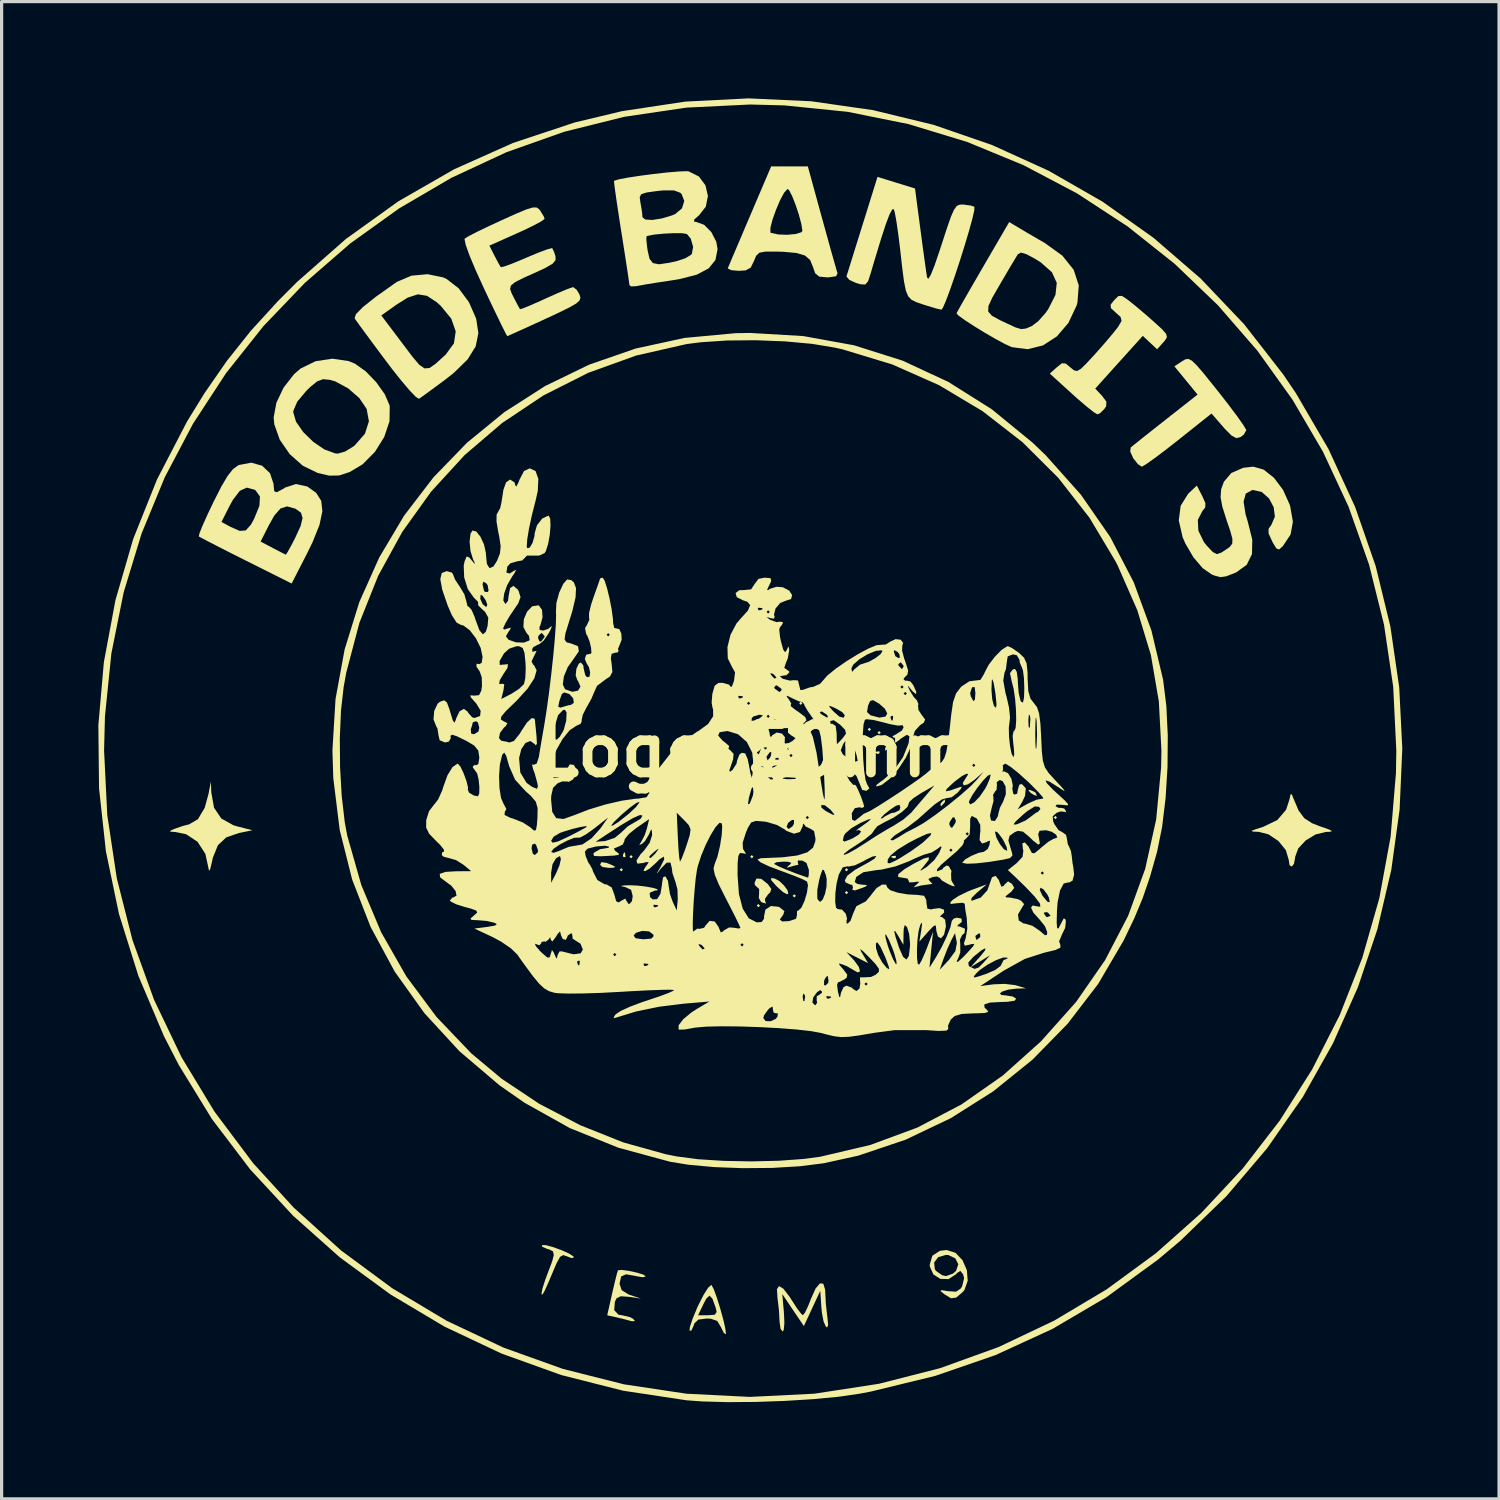
<source format=kicad_pcb>
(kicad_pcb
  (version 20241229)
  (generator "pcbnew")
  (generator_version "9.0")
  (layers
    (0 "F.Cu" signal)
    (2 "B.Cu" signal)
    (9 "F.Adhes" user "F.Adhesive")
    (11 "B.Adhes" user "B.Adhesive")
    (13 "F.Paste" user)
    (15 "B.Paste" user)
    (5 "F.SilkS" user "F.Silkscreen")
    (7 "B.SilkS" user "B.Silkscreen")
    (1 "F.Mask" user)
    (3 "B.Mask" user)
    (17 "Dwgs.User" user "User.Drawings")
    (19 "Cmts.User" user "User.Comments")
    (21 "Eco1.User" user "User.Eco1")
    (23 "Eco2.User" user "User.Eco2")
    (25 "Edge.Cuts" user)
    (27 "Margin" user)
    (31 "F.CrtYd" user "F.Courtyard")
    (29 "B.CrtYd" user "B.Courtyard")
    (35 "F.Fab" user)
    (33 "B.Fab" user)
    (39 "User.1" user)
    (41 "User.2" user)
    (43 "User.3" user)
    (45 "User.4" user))
  (footprint "Logo_50mm"
    (layer "F.Cu")
    (at 20.311 20.223)
    (property "Reference" "Logo_50mm" (at 0 0 0) (layer "F.SilkS") (effects (font (size 1.5 1.5) (thickness 0.3))))
    (attr board_only exclude_from_pos_files exclude_from_bom)
    (fp_poly (pts (xy -4.048 3.694) (xy -4.098 3.744) (xy -4.149 3.694) (xy -4.098 3.643)) (stroke (width 0) (type solid)) (fill yes) (layer "F.SilkS"))
    (fp_poly (pts (xy -3.744 3.289) (xy -3.795 3.339) (xy -3.845 3.289) (xy -3.795 3.238)) (stroke (width 0) (type solid)) (fill yes) (layer "F.SilkS"))
    (fp_poly (pts (xy 0 3.289) (xy -0.051 3.339) (xy -0.101 3.289) (xy -0.051 3.238)) (stroke (width 0) (type solid)) (fill yes) (layer "F.SilkS"))
    (fp_poly (pts (xy 0.202 -0.354) (xy 0.152 -0.304) (xy 0.101 -0.354) (xy 0.152 -0.405)) (stroke (width 0) (type solid)) (fill yes) (layer "F.SilkS"))
    (fp_poly (pts (xy 0.202 4.807) (xy 0.152 4.857) (xy 0.101 4.807) (xy 0.152 4.756)) (stroke (width 0) (type solid)) (fill yes) (layer "F.SilkS"))
    (fp_poly (pts (xy 1.316 4.503) (xy 1.265 4.554) (xy 1.214 4.503) (xy 1.265 4.453)) (stroke (width 0) (type solid)) (fill yes) (layer "F.SilkS"))
    (fp_poly (pts (xy 1.518 -1.467) (xy 1.467 -1.417) (xy 1.417 -1.467) (xy 1.467 -1.518)) (stroke (width 0) (type solid)) (fill yes) (layer "F.SilkS"))
    (fp_poly (pts (xy 2.935 3.694) (xy 2.884 3.744) (xy 2.833 3.694) (xy 2.884 3.643)) (stroke (width 0) (type solid)) (fill yes) (layer "F.SilkS"))
    (fp_poly (pts (xy 2.935 4.402) (xy 2.884 4.453) (xy 2.833 4.402) (xy 2.884 4.351)) (stroke (width 0) (type solid)) (fill yes) (layer "F.SilkS"))
    (fp_poly (pts (xy 3.643 -0.658) (xy 3.592 -0.607) (xy 3.542 -0.658) (xy 3.592 -0.708)) (stroke (width 0) (type solid)) (fill yes) (layer "F.SilkS"))
    (fp_poly (pts (xy 3.947 -0.557) (xy 3.896 -0.506) (xy 3.845 -0.557) (xy 3.896 -0.607)) (stroke (width 0) (type solid)) (fill yes) (layer "F.SilkS"))
    (fp_poly (pts (xy 9.411 2.075) (xy 9.361 2.125) (xy 9.31 2.075) (xy 9.361 2.024)) (stroke (width 0) (type solid)) (fill yes) (layer "F.SilkS"))
    (fp_poly (pts (xy -3.98 3.171) (xy -3.968 3.291) (xy -3.98 3.306) (xy -4.041 3.292) (xy -4.048 3.238) (xy -4.011 3.155)) (stroke (width 0) (type solid)) (fill yes) (layer "F.SilkS"))
    (fp_poly (pts (xy 3.913 0.034) (xy 3.899 0.094) (xy 3.845 0.101) (xy 3.762 0.064) (xy 3.778 0.034) (xy 3.898 0.022)) (stroke (width 0) (type solid)) (fill yes) (layer "F.SilkS"))
    (fp_poly (pts (xy 4.419 3.272) (xy 4.405 3.332) (xy 4.351 3.339) (xy 4.268 3.302) (xy 4.284 3.272) (xy 4.404 3.26)) (stroke (width 0) (type solid)) (fill yes) (layer "F.SilkS"))
    (fp_poly (pts (xy 8.732 1.288) (xy 8.753 1.316) (xy 8.789 1.407) (xy 8.693 1.372) (xy 8.602 1.316) (xy 8.524 1.234) (xy 8.57 1.216)) (stroke (width 0) (type solid)) (fill yes) (layer "F.SilkS"))
    (fp_poly (pts (xy -4.566 3.478) (xy -4.402 3.542) (xy -4.282 3.604) (xy -4.338 3.63) (xy -4.478 3.636) (xy -4.68 3.609) (xy -4.756 3.542) (xy -4.715 3.458)) (stroke (width 0) (type solid)) (fill yes) (layer "F.SilkS"))
    (fp_poly (pts (xy 4.218 -0.137) (xy 4.2 -0.101) (xy 4.104 -0.005) (xy 4.086 0) (xy 4.08 -0.065) (xy 4.098 -0.101) (xy 4.194 -0.198) (xy 4.212 -0.202)) (stroke (width 0) (type solid)) (fill yes) (layer "F.SilkS"))
    (fp_poly (pts (xy 5.939 1.583) (xy 5.92 1.619) (xy 5.825 1.716) (xy 5.807 1.72) (xy 5.8 1.655) (xy 5.819 1.619) (xy 5.914 1.522) (xy 5.932 1.518)) (stroke (width 0) (type solid)) (fill yes) (layer "F.SilkS"))
    (fp_poly (pts (xy 0.646 3.961) (xy 0.793 4.037) (xy 0.944 4.178) (xy 1.055 4.328) (xy 1.081 4.434) (xy 1.042 4.453) (xy 0.915 4.385) (xy 0.729 4.218) (xy 0.701 4.189) (xy 0.552 4.017) (xy 0.541 3.954)) (stroke (width 0) (type solid)) (fill yes) (layer "F.SilkS"))
    (fp_poly (pts (xy 0.245 3.978) (xy 0.441 4.134) (xy 0.442 4.134) (xy 0.554 4.288) (xy 0.518 4.396) (xy 0.459 4.45) (xy 0.357 4.593) (xy 0.361 4.666) (xy 0.393 4.74) (xy 0.304 4.719) (xy 0.238 4.693) (xy 0.166 4.571) (xy 0.174 4.448) (xy 0.177 4.289) (xy 0.13 4.25) (xy 0.045 4.168) (xy 0.034 4.098) (xy 0.094 3.965)) (stroke (width 0) (type solid)) (fill yes) (layer "F.SilkS"))
    (fp_poly (pts (xy -16.81 1.295) (xy -16.725 1.771) (xy -16.499 2.105) (xy -16.122 2.315) (xy -16.012 2.347) (xy -15.533 2.469) (xy -15.951 2.554) (xy -16.346 2.69) (xy -16.604 2.931) (xy -16.761 3.318) (xy -16.79 3.452) (xy -16.842 3.668) (xy -16.879 3.73) (xy -16.889 3.683) (xy -16.994 3.2) (xy -17.237 2.826) (xy -17.592 2.591) (xy -17.932 2.523) (xy -18.092 2.511) (xy -18.058 2.472) (xy -17.962 2.429) (xy -17.699 2.338) (xy -17.5 2.287) (xy -17.224 2.126) (xy -17.015 1.775) (xy -16.896 1.344) (xy -16.822 0.961)) (stroke (width 0) (type solid)) (fill yes) (layer "F.SilkS"))
    (fp_poly (pts (xy -6.213 15.393) (xy -5.945 15.491) (xy -5.709 15.598) (xy -5.575 15.689) (xy -5.566 15.711) (xy -5.639 15.735) (xy -5.77 15.684) (xy -5.898 15.64) (xy -5.996 15.696) (xy -6.103 15.89) (xy -6.176 16.06) (xy -6.354 16.481) (xy -6.47 16.739) (xy -6.536 16.857) (xy -6.566 16.861) (xy -6.571 16.827) (xy -6.54 16.67) (xy -6.452 16.397) (xy -6.375 16.191) (xy -6.243 15.843) (xy -6.19 15.636) (xy -6.216 15.526) (xy -6.324 15.468) (xy -6.396 15.448) (xy -6.547 15.383) (xy -6.564 15.334) (xy -6.443 15.332)) (stroke (width 0) (type solid)) (fill yes) (layer "F.SilkS"))
    (fp_poly (pts (xy 16.697 1.368) (xy 16.736 1.467) (xy 16.899 1.852) (xy 17.078 2.095) (xy 17.327 2.255) (xy 17.56 2.345) (xy 17.838 2.442) (xy 17.939 2.494) (xy 17.878 2.516) (xy 17.742 2.522) (xy 17.425 2.6) (xy 17.121 2.786) (xy 16.892 3.031) (xy 16.798 3.285) (xy 16.798 3.292) (xy 16.76 3.503) (xy 16.697 3.592) (xy 16.623 3.556) (xy 16.596 3.388) (xy 16.506 3.085) (xy 16.276 2.802) (xy 15.966 2.595) (xy 15.668 2.519) (xy 15.479 2.51) (xy 15.446 2.486) (xy 15.583 2.433) (xy 15.802 2.364) (xy 16.242 2.153) (xy 16.515 1.833) (xy 16.619 1.511) (xy 16.656 1.345)) (stroke (width 0) (type solid)) (fill yes) (layer "F.SilkS"))
    (fp_poly (pts (xy -3.865 16.13) (xy -3.613 16.185) (xy -3.412 16.248) (xy -3.339 16.298) (xy -3.423 16.329) (xy -3.629 16.296) (xy -3.657 16.288) (xy -3.949 16.236) (xy -4.101 16.303) (xy -4.149 16.509) (xy -4.149 16.537) (xy -4.087 16.729) (xy -3.874 16.86) (xy -3.82 16.879) (xy -3.491 16.989) (xy -3.861 16.935) (xy -4.116 16.917) (xy -4.245 16.98) (xy -4.298 17.092) (xy -4.317 17.351) (xy -4.183 17.49) (xy -4.067 17.508) (xy -3.831 17.564) (xy -3.744 17.608) (xy -3.672 17.684) (xy -3.763 17.694) (xy -3.896 17.659) (xy -4.065 17.614) (xy -4.266 17.567) (xy -4.534 17.508) (xy -4.38 16.824) (xy -4.3 16.48) (xy -4.236 16.225) (xy -4.202 16.113) (xy -4.201 16.112) (xy -4.087 16.1)) (stroke (width 0) (type solid)) (fill yes) (layer "F.SilkS"))
    (fp_poly (pts (xy -1.297 16.574) (xy -1.227 16.708) (xy -1.133 16.967) (xy -1.032 17.292) (xy -0.94 17.624) (xy -0.875 17.904) (xy -0.853 18.074) (xy -0.859 18.096) (xy -0.923 18.048) (xy -1.007 17.875) (xy -1.122 17.685) (xy -1.319 17.614) (xy -1.453 17.608) (xy -1.708 17.64) (xy -1.831 17.758) (xy -1.856 17.831) (xy -1.924 17.979) (xy -1.98 17.989) (xy -1.972 17.873) (xy -1.89 17.624) (xy -1.842 17.507) (xy -1.717 17.507) (xy -1.408 17.507) (xy -1.198 17.489) (xy -1.142 17.404) (xy -1.169 17.279) (xy -1.272 16.993) (xy -1.361 16.899) (xy -1.46 16.987) (xy -1.547 17.15) (xy -1.717 17.507) (xy -1.842 17.507) (xy -1.753 17.291) (xy -1.714 17.206) (xy -1.549 16.879) (xy -1.406 16.654) (xy -1.311 16.569)) (stroke (width 0) (type solid)) (fill yes) (layer "F.SilkS"))
    (fp_poly (pts (xy 13.592 -12.091) (xy 13.74 -11.95) (xy 13.955 -11.7) (xy 14.26 -11.321) (xy 14.408 -11.136) (xy 14.725 -10.73) (xy 14.991 -10.376) (xy 15.182 -10.106) (xy 15.275 -9.951) (xy 15.28 -9.932) (xy 15.203 -9.799) (xy 15.103 -9.722) (xy 14.974 -9.689) (xy 14.826 -9.765) (xy 14.616 -9.976) (xy 14.564 -10.036) (xy 14.202 -10.452) (xy 13.168 -9.628) (xy 12.775 -9.321) (xy 12.435 -9.065) (xy 12.182 -8.886) (xy 12.048 -8.806) (xy 12.039 -8.804) (xy 11.923 -8.88) (xy 11.777 -9.062) (xy 11.681 -9.273) (xy 11.698 -9.401) (xy 11.809 -9.491) (xy 12.045 -9.68) (xy 12.372 -9.939) (xy 12.757 -10.242) (xy 12.779 -10.26) (xy 13.769 -11.039) (xy 13.41 -11.477) (xy 13.051 -11.915) (xy 13.293 -12.074) (xy 13.393 -12.132) (xy 13.484 -12.145)) (stroke (width 0) (type solid)) (fill yes) (layer "F.SilkS"))
    (fp_poly (pts (xy 2.166 16.529) (xy 2.223 16.717) (xy 2.227 16.824) (xy 2.245 17.152) (xy 2.285 17.518) (xy 2.291 17.557) (xy 2.316 17.811) (xy 2.282 17.884) (xy 2.246 17.861) (xy 2.176 17.707) (xy 2.122 17.429) (xy 2.105 17.254) (xy 2.072 16.748) (xy 1.817 17.295) (xy 1.563 17.842) (xy 1.228 17.346) (xy 0.894 16.849) (xy 0.945 17.431) (xy 0.959 17.75) (xy 0.939 17.959) (xy 0.903 18.013) (xy 0.839 17.924) (xy 0.809 17.709) (xy 0.808 17.684) (xy 0.79 17.348) (xy 0.747 16.989) (xy 0.745 16.975) (xy 0.728 16.699) (xy 0.792 16.603) (xy 0.928 16.684) (xy 1.125 16.941) (xy 1.193 17.048) (xy 1.359 17.304) (xy 1.488 17.469) (xy 1.533 17.504) (xy 1.601 17.419) (xy 1.705 17.197) (xy 1.781 17.001) (xy 1.926 16.678) (xy 2.061 16.518)) (stroke (width 0) (type solid)) (fill yes) (layer "F.SilkS"))
    (fp_poly (pts (xy 6.266 15.572) (xy 6.482 15.801) (xy 6.616 16.109) (xy 6.643 16.436) (xy 6.541 16.723) (xy 6.487 16.788) (xy 6.285 16.959) (xy 6.125 16.98) (xy 5.924 16.858) (xy 5.914 16.851) (xy 5.797 16.752) (xy 5.834 16.728) (xy 6.037 16.76) (xy 6.284 16.775) (xy 6.428 16.677) (xy 6.471 16.605) (xy 6.531 16.354) (xy 6.498 16.234) (xy 6.414 16.13) (xy 6.317 16.192) (xy 6.279 16.235) (xy 6.049 16.384) (xy 5.793 16.378) (xy 5.577 16.239) (xy 5.468 15.994) (xy 5.465 15.938) (xy 5.484 15.872) (xy 5.601 15.872) (xy 5.623 16.077) (xy 5.66 16.132) (xy 5.852 16.266) (xy 5.971 16.292) (xy 6.18 16.219) (xy 6.281 16.132) (xy 6.351 15.927) (xy 6.26 15.743) (xy 6.045 15.64) (xy 5.971 15.635) (xy 5.729 15.704) (xy 5.601 15.872) (xy 5.484 15.872) (xy 5.546 15.661) (xy 5.781 15.508) (xy 5.988 15.483)) (stroke (width 0) (type solid)) (fill yes) (layer "F.SilkS"))
    (fp_poly (pts (xy 11.599 -13.983) (xy 11.625 -13.963) (xy 11.843 -13.789) (xy 12.139 -13.539) (xy 12.394 -13.316) (xy 12.659 -13.075) (xy 12.794 -12.923) (xy 12.82 -12.817) (xy 12.756 -12.713) (xy 12.706 -12.656) (xy 12.514 -12.444) (xy 12.293 -12.652) (xy 12.071 -12.86) (xy 11.334 -12.043) (xy 10.597 -11.225) (xy 10.807 -11.001) (xy 10.943 -10.82) (xy 10.935 -10.679) (xy 10.885 -10.6) (xy 10.744 -10.459) (xy 10.665 -10.426) (xy 10.555 -10.491) (xy 10.335 -10.664) (xy 10.044 -10.913) (xy 9.882 -11.059) (xy 9.188 -11.689) (xy 9.401 -11.881) (xy 9.563 -12.01) (xy 9.681 -12.001) (xy 9.827 -11.881) (xy 9.937 -11.791) (xy 10.033 -11.77) (xy 10.154 -11.839) (xy 10.337 -12.019) (xy 10.591 -12.295) (xy 10.875 -12.616) (xy 11.124 -12.909) (xy 11.291 -13.119) (xy 11.308 -13.143) (xy 11.413 -13.323) (xy 11.383 -13.445) (xy 11.239 -13.575) (xy 11.082 -13.72) (xy 11.074 -13.829) (xy 11.182 -13.964) (xy 11.313 -14.093) (xy 11.424 -14.099)) (stroke (width 0) (type solid)) (fill yes) (layer "F.SilkS"))
    (fp_poly (pts (xy -12.552 -12.078) (xy -12.358 -11.998) (xy -12.022 -11.76) (xy -11.695 -11.421) (xy -11.431 -11.049) (xy -11.283 -10.707) (xy -11.277 -10.678) (xy -11.284 -10.214) (xy -11.448 -9.725) (xy -11.737 -9.262) (xy -12.12 -8.876) (xy -12.52 -8.637) (xy -12.847 -8.531) (xy -13.153 -8.526) (xy -13.51 -8.608) (xy -13.973 -8.833) (xy -14.379 -9.194) (xy -14.687 -9.639) (xy -14.856 -10.116) (xy -14.876 -10.331) (xy -14.846 -10.493) (xy -14.269 -10.493) (xy -14.183 -10.198) (xy -13.959 -9.876) (xy -13.649 -9.573) (xy -13.303 -9.338) (xy -12.971 -9.216) (xy -12.885 -9.209) (xy -12.665 -9.272) (xy -12.407 -9.428) (xy -12.363 -9.463) (xy -12.045 -9.826) (xy -11.923 -10.213) (xy -11.993 -10.594) (xy -12.219 -10.929) (xy -12.568 -11.233) (xy -12.965 -11.447) (xy -13.138 -11.497) (xy -13.344 -11.516) (xy -13.522 -11.453) (xy -13.735 -11.28) (xy -13.863 -11.156) (xy -14.145 -10.819) (xy -14.265 -10.538) (xy -14.269 -10.493) (xy -14.846 -10.493) (xy -14.792 -10.785) (xy -14.568 -11.256) (xy -14.244 -11.671) (xy -14.038 -11.849) (xy -13.577 -12.073) (xy -13.057 -12.152)) (stroke (width 0) (type solid)) (fill yes) (layer "F.SilkS"))
    (fp_poly (pts (xy -9.621 -14.672) (xy -9.513 -14.623) (xy -9.142 -14.335) (xy -8.822 -13.905) (xy -8.599 -13.397) (xy -8.596 -13.386) (xy -8.529 -12.942) (xy -8.613 -12.532) (xy -8.862 -12.131) (xy -9.287 -11.715) (xy -9.543 -11.513) (xy -9.879 -11.264) (xy -10.158 -11.059) (xy -10.337 -10.932) (xy -10.373 -10.909) (xy -10.465 -10.965) (xy -10.652 -11.158) (xy -10.912 -11.463) (xy -11.22 -11.851) (xy -11.384 -12.068) (xy -11.709 -12.503) (xy -11.992 -12.886) (xy -12.211 -13.185) (xy -12.342 -13.368) (xy -12.366 -13.405) (xy -12.338 -13.493) (xy -11.539 -13.493) (xy -10.872 -12.609) (xy -10.573 -12.213) (xy -10.362 -11.963) (xy -10.198 -11.85) (xy -10.043 -11.863) (xy -9.855 -11.994) (xy -9.594 -12.233) (xy -9.538 -12.284) (xy -9.287 -12.627) (xy -9.232 -13) (xy -9.37 -13.394) (xy -9.7 -13.795) (xy -9.82 -13.902) (xy -10.119 -14.1) (xy -10.404 -14.148) (xy -10.724 -14.044) (xy -11.064 -13.83) (xy -11.539 -13.493) (xy -12.338 -13.493) (xy -12.325 -13.533) (xy -12.107 -13.754) (xy -11.714 -14.067) (xy -11.148 -14.469) (xy -11.051 -14.535) (xy -10.609 -14.725) (xy -10.104 -14.772)) (stroke (width 0) (type solid)) (fill yes) (layer "F.SilkS"))
    (fp_poly (pts (xy 2.123 -16.52) (xy 2.274 -15.975) (xy 2.407 -15.494) (xy 2.515 -15.114) (xy 2.585 -14.869) (xy 2.607 -14.8) (xy 2.561 -14.708) (xy 2.331 -14.674) (xy 2.291 -14.673) (xy 2.04 -14.696) (xy 1.913 -14.8) (xy 1.844 -14.999) (xy 1.756 -15.212) (xy 1.597 -15.351) (xy 1.331 -15.43) (xy 0.917 -15.467) (xy 0.693 -15.473) (xy 0.366 -15.472) (xy 0.182 -15.437) (xy 0.083 -15.342) (xy 0.015 -15.179) (xy -0.087 -14.973) (xy -0.248 -14.889) (xy -0.459 -14.876) (xy -0.688 -14.896) (xy -0.793 -14.947) (xy -0.793 -14.962) (xy -0.743 -15.08) (xy -0.629 -15.351) (xy -0.462 -15.742) (xy -0.324 -16.066) (xy 0.525 -16.066) (xy 0.538 -16.054) (xy 0.762 -16.004) (xy 1.04 -15.993) (xy 1.304 -16.017) (xy 1.481 -16.07) (xy 1.517 -16.115) (xy 1.485 -16.327) (xy 1.408 -16.616) (xy 1.305 -16.926) (xy 1.197 -17.2) (xy 1.104 -17.378) (xy 1.057 -17.415) (xy 0.952 -17.3) (xy 0.825 -17.065) (xy 0.698 -16.766) (xy 0.59 -16.463) (xy 0.526 -16.21) (xy 0.525 -16.066) (xy -0.324 -16.066) (xy -0.259 -16.22) (xy -0.105 -16.581) (xy 0.549 -18.114) (xy 1.117 -18.114) (xy 1.686 -18.114)) (stroke (width 0) (type solid)) (fill yes) (layer "F.SilkS"))
    (fp_poly (pts (xy 8.24 -16.202) (xy 8.515 -16.039) (xy 8.861 -15.838) (xy 9.03 -15.741) (xy 9.577 -15.347) (xy 9.929 -14.907) (xy 10.086 -14.423) (xy 10.046 -13.898) (xy 10.016 -13.794) (xy 9.764 -13.259) (xy 9.406 -12.842) (xy 8.976 -12.564) (xy 8.503 -12.446) (xy 8.022 -12.508) (xy 7.994 -12.517) (xy 7.789 -12.611) (xy 7.498 -12.768) (xy 7.164 -12.962) (xy 6.832 -13.166) (xy 6.547 -13.352) (xy 6.354 -13.492) (xy 6.295 -13.558) (xy 6.325 -13.613) (xy 7.278 -13.613) (xy 7.394 -13.483) (xy 7.639 -13.349) (xy 7.843 -13.252) (xy 8.126 -13.121) (xy 8.303 -13.069) (xy 8.449 -13.087) (xy 8.63 -13.164) (xy 8.829 -13.314) (xy 9.053 -13.565) (xy 9.141 -13.69) (xy 9.364 -14.131) (xy 9.404 -14.504) (xy 9.254 -14.831) (xy 8.911 -15.136) (xy 8.742 -15.242) (xy 8.46 -15.394) (xy 8.295 -15.441) (xy 8.201 -15.393) (xy 8.186 -15.372) (xy 8.096 -15.224) (xy 7.932 -14.95) (xy 7.726 -14.598) (xy 7.629 -14.433) (xy 7.404 -14.043) (xy 7.285 -13.785) (xy 7.278 -13.613) (xy 6.325 -13.613) (xy 6.354 -13.667) (xy 6.496 -13.919) (xy 6.705 -14.283) (xy 6.962 -14.726) (xy 7.127 -15.011) (xy 7.929 -16.388)) (stroke (width 0) (type solid)) (fill yes) (layer "F.SilkS"))
    (fp_poly (pts (xy 4.427 -17.609) (xy 5.009 -17.429) (xy 5.174 -16.178) (xy 5.241 -15.673) (xy 5.303 -15.222) (xy 5.352 -14.872) (xy 5.381 -14.674) (xy 5.382 -14.673) (xy 5.42 -14.628) (xy 5.497 -14.749) (xy 5.616 -15.046) (xy 5.78 -15.527) (xy 5.831 -15.685) (xy 5.999 -16.199) (xy 6.121 -16.55) (xy 6.217 -16.768) (xy 6.301 -16.884) (xy 6.392 -16.928) (xy 6.505 -16.931) (xy 6.522 -16.929) (xy 6.744 -16.899) (xy 6.851 -16.862) (xy 6.846 -16.748) (xy 6.785 -16.484) (xy 6.682 -16.11) (xy 6.549 -15.664) (xy 6.399 -15.186) (xy 6.243 -14.714) (xy 6.095 -14.288) (xy 5.967 -13.947) (xy 5.872 -13.729) (xy 5.827 -13.671) (xy 5.672 -13.707) (xy 5.403 -13.787) (xy 5.244 -13.838) (xy 5.043 -13.907) (xy 4.898 -13.98) (xy 4.796 -14.089) (xy 4.723 -14.269) (xy 4.667 -14.551) (xy 4.612 -14.97) (xy 4.549 -15.533) (xy 4.492 -15.997) (xy 4.435 -16.393) (xy 4.384 -16.674) (xy 4.353 -16.784) (xy 4.303 -16.782) (xy 4.223 -16.635) (xy 4.107 -16.331) (xy 3.953 -15.859) (xy 3.755 -15.208) (xy 3.639 -14.813) (xy 3.555 -14.555) (xy 3.467 -14.451) (xy 3.317 -14.46) (xy 3.184 -14.498) (xy 2.972 -14.595) (xy 2.885 -14.699) (xy 2.886 -14.713) (xy 2.928 -14.844) (xy 3.018 -15.133) (xy 3.145 -15.542) (xy 3.299 -16.034) (xy 3.384 -16.307) (xy 3.846 -17.788)) (stroke (width 0) (type solid)) (fill yes) (layer "F.SilkS"))
    (fp_poly (pts (xy 15.82 -8.711) (xy 16.139 -8.458) (xy 16.419 -8.085) (xy 16.624 -7.631) (xy 16.64 -7.581) (xy 16.725 -7.097) (xy 16.653 -6.7) (xy 16.417 -6.345) (xy 16.302 -6.239) (xy 16.217 -6.264) (xy 16.107 -6.442) (xy 16.079 -6.497) (xy 15.972 -6.731) (xy 15.97 -6.875) (xy 16.058 -7.001) (xy 16.166 -7.254) (xy 16.13 -7.547) (xy 15.983 -7.822) (xy 15.758 -8.02) (xy 15.485 -8.081) (xy 15.466 -8.078) (xy 15.264 -7.97) (xy 15.196 -7.719) (xy 15.259 -7.32) (xy 15.323 -7.111) (xy 15.466 -6.54) (xy 15.457 -6.094) (xy 15.293 -5.762) (xy 14.972 -5.529) (xy 14.921 -5.507) (xy 14.656 -5.404) (xy 14.481 -5.379) (xy 14.302 -5.425) (xy 14.21 -5.461) (xy 13.927 -5.658) (xy 13.639 -5.996) (xy 13.391 -6.421) (xy 13.305 -6.62) (xy 13.187 -7.139) (xy 13.246 -7.594) (xy 13.478 -7.964) (xy 13.503 -7.988) (xy 13.747 -8.217) (xy 13.911 -7.9) (xy 14.011 -7.676) (xy 14.008 -7.54) (xy 13.919 -7.428) (xy 13.777 -7.154) (xy 13.795 -6.816) (xy 13.967 -6.464) (xy 14.053 -6.357) (xy 14.241 -6.158) (xy 14.368 -6.092) (xy 14.506 -6.14) (xy 14.61 -6.206) (xy 14.766 -6.314) (xy 14.845 -6.417) (xy 14.85 -6.564) (xy 14.784 -6.808) (xy 14.673 -7.134) (xy 14.539 -7.558) (xy 14.483 -7.858) (xy 14.499 -8.095) (xy 14.583 -8.331) (xy 14.583 -8.333) (xy 14.814 -8.607) (xy 15.184 -8.769) (xy 15.501 -8.804)) (stroke (width 0) (type solid)) (fill yes) (layer "F.SilkS"))
    (fp_poly (pts (xy -15.235 -8.833) (xy -14.99 -8.603) (xy -14.878 -8.265) (xy -14.876 -8.203) (xy -14.858 -8.04) (xy -14.777 -8.012) (xy -14.588 -8.112) (xy -14.519 -8.157) (xy -14.184 -8.266) (xy -13.832 -8.189) (xy -13.558 -7.992) (xy -13.401 -7.745) (xy -13.366 -7.421) (xy -13.455 -6.999) (xy -13.672 -6.458) (xy -13.844 -6.107) (xy -14.319 -5.181) (xy -15.736 -5.891) (xy -16.224 -6.136) (xy -16.645 -6.351) (xy -16.899 -6.482) (xy -15.281 -6.482) (xy -14.901 -6.281) (xy -14.663 -6.157) (xy -14.516 -6.084) (xy -14.498 -6.076) (xy -14.444 -6.156) (xy -14.328 -6.366) (xy -14.22 -6.574) (xy -14.043 -6.957) (xy -13.98 -7.212) (xy -14.03 -7.378) (xy -14.192 -7.495) (xy -14.211 -7.504) (xy -14.46 -7.573) (xy -14.664 -7.508) (xy -14.857 -7.287) (xy -15.024 -6.99) (xy -15.281 -6.482) (xy -16.899 -6.482) (xy -16.967 -6.517) (xy -17.159 -6.619) (xy -17.198 -6.643) (xy -17.174 -6.745) (xy -17.076 -6.989) (xy -17.03 -7.09) (xy -16.495 -7.09) (xy -16.217 -6.939) (xy -15.932 -6.813) (xy -15.741 -6.827) (xy -15.583 -7.003) (xy -15.485 -7.181) (xy -15.318 -7.59) (xy -15.302 -7.88) (xy -15.435 -8.067) (xy -15.476 -8.092) (xy -15.712 -8.154) (xy -15.924 -8.056) (xy -16.136 -7.782) (xy -16.247 -7.58) (xy -16.495 -7.09) (xy -17.03 -7.09) (xy -16.918 -7.339) (xy -16.742 -7.708) (xy -16.497 -8.191) (xy -16.303 -8.518) (xy -16.14 -8.724) (xy -15.983 -8.84) (xy -15.945 -8.857) (xy -15.569 -8.928)) (stroke (width 0) (type solid)) (fill yes) (layer "F.SilkS"))
    (fp_poly (pts (xy -6.725 -16.84) (xy -6.649 -16.789) (xy -6.612 -16.743) (xy -6.504 -16.568) (xy -6.476 -16.489) (xy -6.563 -16.42) (xy -6.794 -16.294) (xy -7.129 -16.131) (xy -7.332 -16.039) (xy -8.188 -15.657) (xy -8.028 -15.342) (xy -7.911 -15.121) (xy -7.838 -14.995) (xy -7.833 -14.989) (xy -7.732 -15.009) (xy -7.492 -15.096) (xy -7.158 -15.233) (xy -7.038 -15.285) (xy -6.683 -15.434) (xy -6.406 -15.538) (xy -6.253 -15.579) (xy -6.237 -15.577) (xy -6.18 -15.455) (xy -6.139 -15.331) (xy -6.135 -15.209) (xy -6.228 -15.097) (xy -6.451 -14.967) (xy -6.708 -14.847) (xy -7.126 -14.659) (xy -7.388 -14.527) (xy -7.519 -14.422) (xy -7.546 -14.315) (xy -7.497 -14.178) (xy -7.435 -14.054) (xy -7.317 -13.827) (xy -7.245 -13.696) (xy -7.239 -13.686) (xy -7.144 -13.713) (xy -6.91 -13.809) (xy -6.581 -13.954) (xy -6.449 -14.015) (xy -6.085 -14.178) (xy -5.79 -14.302) (xy -5.612 -14.365) (xy -5.588 -14.37) (xy -5.48 -14.288) (xy -5.395 -14.145) (xy -5.365 -14.047) (xy -5.389 -13.96) (xy -5.495 -13.863) (xy -5.711 -13.739) (xy -6.063 -13.567) (xy -6.451 -13.386) (xy -6.891 -13.184) (xy -7.258 -13.017) (xy -7.517 -12.901) (xy -7.631 -12.852) (xy -7.634 -12.852) (xy -7.683 -12.938) (xy -7.804 -13.178) (xy -7.979 -13.539) (xy -8.196 -13.992) (xy -8.351 -14.321) (xy -8.61 -14.889) (xy -8.803 -15.349) (xy -8.921 -15.679) (xy -8.957 -15.857) (xy -8.949 -15.879) (xy -8.823 -15.955) (xy -8.554 -16.093) (xy -8.182 -16.272) (xy -7.801 -16.448) (xy -7.346 -16.653) (xy -7.038 -16.781) (xy -6.843 -16.84)) (stroke (width 0) (type solid)) (fill yes) (layer "F.SilkS"))
    (fp_poly (pts (xy -2.009 -17.959) (xy -1.692 -17.801) (xy -1.488 -17.527) (xy -1.412 -17.196) (xy -1.478 -16.865) (xy -1.683 -16.603) (xy -1.842 -16.46) (xy -1.837 -16.4) (xy -1.78 -16.394) (xy -1.532 -16.304) (xy -1.306 -16.077) (xy -1.152 -15.776) (xy -1.113 -15.547) (xy -1.179 -15.211) (xy -1.389 -14.952) (xy -1.758 -14.757) (xy -2.304 -14.617) (xy -2.548 -14.578) (xy -2.968 -14.515) (xy -3.334 -14.456) (xy -3.58 -14.411) (xy -3.618 -14.402) (xy -3.793 -14.392) (xy -3.846 -14.435) (xy -3.862 -14.56) (xy -3.904 -14.849) (xy -3.968 -15.264) (xy -4.047 -15.771) (xy -4.057 -15.835) (xy -3.321 -15.835) (xy -3.295 -15.6) (xy -3.279 -15.496) (xy -3.222 -15.249) (xy -3.119 -15.116) (xy -2.929 -15.079) (xy -2.609 -15.126) (xy -2.389 -15.174) (xy -2.115 -15.265) (xy -1.932 -15.374) (xy -1.91 -15.4) (xy -1.871 -15.619) (xy -1.943 -15.871) (xy -2.063 -16.017) (xy -2.204 -16.042) (xy -2.47 -16.044) (xy -2.787 -16.028) (xy -3.082 -15.999) (xy -3.281 -15.96) (xy -3.317 -15.942) (xy -3.321 -15.835) (xy -4.057 -15.835) (xy -4.097 -16.084) (xy -4.18 -16.619) (xy -4.249 -17.078) (xy -4.261 -17.163) (xy -3.527 -17.163) (xy -3.507 -17.001) (xy -3.501 -16.975) (xy -3.457 -16.714) (xy -3.441 -16.539) (xy -3.355 -16.466) (xy -3.135 -16.454) (xy -2.838 -16.5) (xy -2.52 -16.596) (xy -2.429 -16.635) (xy -2.217 -16.811) (xy -2.145 -17.043) (xy -2.23 -17.26) (xy -2.267 -17.296) (xy -2.463 -17.369) (xy -2.807 -17.369) (xy -2.99 -17.35) (xy -3.312 -17.305) (xy -3.476 -17.253) (xy -3.527 -17.163) (xy -4.261 -17.163) (xy -4.298 -17.426) (xy -4.323 -17.628) (xy -4.323 -17.666) (xy -4.187 -17.71) (xy -3.902 -17.765) (xy -3.52 -17.823) (xy -3.093 -17.879) (xy -2.674 -17.926) (xy -2.316 -17.956) (xy -2.07 -17.965)) (stroke (width 0) (type solid)) (fill yes) (layer "F.SilkS"))
    (fp_poly (pts (xy 1.545 -12.853) (xy 3.12 -12.567) (xy 4.621 -12.092) (xy 6.045 -11.43) (xy 7.39 -10.583) (xy 8.651 -9.551) (xy 9.061 -9.158) (xy 10.151 -7.937) (xy 11.06 -6.626) (xy 11.789 -5.222) (xy 12.339 -3.724) (xy 12.701 -2.196) (xy 12.801 -1.392) (xy 12.846 -0.471) (xy 12.838 0.506) (xy 12.778 1.475) (xy 12.669 2.373) (xy 12.514 3.137) (xy 12.511 3.147) (xy 12.294 3.913) (xy 12.07 4.568) (xy 11.806 5.202) (xy 11.474 5.893) (xy 10.688 7.233) (xy 9.741 8.468) (xy 8.651 9.582) (xy 7.438 10.561) (xy 6.121 11.394) (xy 4.716 12.064) (xy 3.245 12.559) (xy 2.176 12.794) (xy 1.435 12.887) (xy 0.581 12.938) (xy -0.324 12.946) (xy -1.213 12.913) (xy -2.022 12.839) (xy -2.58 12.748) (xy -4.189 12.312) (xy -5.696 11.702) (xy -7.101 10.916) (xy -7.877 10.375) (xy -9.121 9.316) (xy -10.205 8.137) (xy -11.124 6.85) (xy -11.871 5.466) (xy -12.442 3.998) (xy -12.829 2.458) (xy -13.027 0.855) (xy -13.054 0) (xy -13.031 -0.385) (xy -12.825 -0.385) (xy -12.817 0.521) (xy -12.766 1.409) (xy -12.673 2.21) (xy -12.596 2.631) (xy -12.158 4.168) (xy -11.544 5.63) (xy -10.763 6.999) (xy -9.827 8.257) (xy -8.748 9.387) (xy -7.807 10.173) (xy -6.64 10.951) (xy -5.367 11.616) (xy -4.043 12.145) (xy -2.721 12.514) (xy -2.378 12.582) (xy -1.713 12.669) (xy -0.918 12.72) (xy -0.061 12.736) (xy 0.788 12.716) (xy 1.561 12.66) (xy 2.062 12.593) (xy 3.624 12.226) (xy 5.084 11.686) (xy 6.451 10.969) (xy 7.734 10.071) (xy 8.913 9.015) (xy 10.002 7.794) (xy 10.903 6.495) (xy 11.618 5.119) (xy 12.146 3.665) (xy 12.486 2.135) (xy 12.639 0.527) (xy 12.649 0) (xy 12.569 -1.524) (xy 12.323 -2.961) (xy 11.902 -4.351) (xy 11.294 -5.735) (xy 11.232 -5.858) (xy 10.419 -7.219) (xy 9.451 -8.457) (xy 8.343 -9.561) (xy 7.107 -10.522) (xy 5.757 -11.329) (xy 4.307 -11.972) (xy 2.77 -12.439) (xy 2.53 -12.494) (xy 1.817 -12.612) (xy 0.975 -12.689) (xy 0.072 -12.724) (xy -0.822 -12.716) (xy -1.638 -12.661) (xy -2.074 -12.605) (xy -3.638 -12.249) (xy -5.12 -11.715) (xy -6.508 -11.015) (xy -7.79 -10.16) (xy -8.956 -9.162) (xy -9.993 -8.031) (xy -10.889 -6.781) (xy -11.635 -5.422) (xy -12.217 -3.965) (xy -12.624 -2.424) (xy -12.706 -1.973) (xy -12.789 -1.239) (xy -12.825 -0.385) (xy -13.031 -0.385) (xy -12.958 -1.598) (xy -12.676 -3.136) (xy -12.221 -4.604) (xy -11.602 -5.99) (xy -10.833 -7.283) (xy -9.922 -8.473) (xy -8.882 -9.546) (xy -7.724 -10.494) (xy -6.46 -11.304) (xy -5.099 -11.965) (xy -3.654 -12.466) (xy -2.136 -12.796) (xy -0.555 -12.943) (xy -0.101 -12.95)) (stroke (width 0) (type solid)) (fill yes) (layer "F.SilkS"))
    (fp_poly (pts (xy 1.792 -20.133) (xy 3.708 -19.858) (xy 5.583 -19.403) (xy 7.402 -18.775) (xy 9.154 -17.978) (xy 10.824 -17.019) (xy 12.399 -15.903) (xy 13.866 -14.636) (xy 15.211 -13.222) (xy 16.422 -11.668) (xy 16.819 -11.081) (xy 17.831 -9.346) (xy 18.655 -7.554) (xy 19.293 -5.717) (xy 19.748 -3.848) (xy 20.022 -1.959) (xy 20.117 -0.063) (xy 20.034 1.826) (xy 19.776 3.698) (xy 19.345 5.537) (xy 18.742 7.333) (xy 17.97 9.071) (xy 17.032 10.74) (xy 15.928 12.326) (xy 14.661 13.818) (xy 13.232 15.201) (xy 12.542 15.781) (xy 10.949 16.943) (xy 9.274 17.928) (xy 7.506 18.741) (xy 5.634 19.387) (xy 3.645 19.871) (xy 3.289 19.939) (xy 2.639 20.033) (xy 1.847 20.108) (xy 0.97 20.162) (xy 0.068 20.194) (xy -0.802 20.2) (xy -1.58 20.179) (xy -2.075 20.143) (xy -4.046 19.845) (xy -5.962 19.359) (xy -7.811 18.694) (xy -9.579 17.859) (xy -11.255 16.861) (xy -12.826 15.711) (xy -14.28 14.415) (xy -15.605 12.983) (xy -16.789 11.424) (xy -17.819 9.745) (xy -18.279 8.851) (xy -19.072 6.979) (xy -19.672 5.066) (xy -20.077 3.125) (xy -20.29 1.169) (xy -20.303 0) (xy -20.134 0) (xy -20.035 1.998) (xy -19.739 3.961) (xy -19.253 5.875) (xy -18.583 7.728) (xy -17.732 9.507) (xy -16.708 11.197) (xy -15.515 12.788) (xy -14.262 14.161) (xy -12.788 15.496) (xy -11.2 16.669) (xy -9.515 17.676) (xy -7.745 18.512) (xy -5.905 19.171) (xy -4.011 19.649) (xy -2.075 19.939) (xy -0.113 20.038) (xy 1.86 19.94) (xy 1.923 19.933) (xy 3.89 19.631) (xy 5.786 19.147) (xy 7.602 18.491) (xy 9.328 17.671) (xy 10.957 16.699) (xy 12.479 15.583) (xy 13.885 14.334) (xy 15.167 12.96) (xy 16.316 11.473) (xy 17.323 9.882) (xy 18.179 8.196) (xy 18.876 6.426) (xy 19.404 4.58) (xy 19.755 2.669) (xy 19.92 0.703) (xy 19.932 0) (xy 19.835 -1.981) (xy 19.55 -3.907) (xy 19.086 -5.769) (xy 18.452 -7.559) (xy 17.658 -9.266) (xy 16.712 -10.882) (xy 15.625 -12.398) (xy 14.404 -13.805) (xy 13.06 -15.092) (xy 11.601 -16.252) (xy 10.037 -17.274) (xy 8.377 -18.15) (xy 6.63 -18.87) (xy 4.805 -19.426) (xy 2.912 -19.807) (xy 0.959 -20.005) (xy -0.101 -20.033) (xy -2.082 -19.936) (xy -4.008 -19.651) (xy -5.87 -19.187) (xy -7.66 -18.553) (xy -9.367 -17.759) (xy -10.984 -16.813) (xy -12.5 -15.726) (xy -13.906 -14.505) (xy -15.193 -13.161) (xy -16.353 -11.702) (xy -17.375 -10.138) (xy -18.251 -8.478) (xy -18.971 -6.731) (xy -19.527 -4.906) (xy -19.908 -3.013) (xy -20.107 -1.06) (xy -20.134 0) (xy -20.303 0) (xy -20.311 -0.79) (xy -20.141 -2.74) (xy -19.781 -4.668) (xy -19.231 -6.562) (xy -18.492 -8.409) (xy -17.565 -10.198) (xy -17.022 -11.081) (xy -16.325 -12.086) (xy -15.582 -13.019) (xy -14.74 -13.941) (xy -14.153 -14.529) (xy -12.634 -15.866) (xy -11.009 -17.032) (xy -9.282 -18.024) (xy -7.459 -18.839) (xy -5.546 -19.475) (xy -4.074 -19.827) (xy -2.113 -20.123) (xy -0.153 -20.223)) (stroke (width 0) (type solid)) (fill yes) (layer "F.SilkS"))
    (fp_poly (pts (xy -6.755 -8.667) (xy -6.67 -8.426) (xy -6.687 -8.052) (xy -6.757 -7.741) (xy -6.868 -7.308) (xy -6.957 -6.897) (xy -7.013 -6.557) (xy -7.03 -6.334) (xy -7.017 -6.277) (xy -6.936 -6.295) (xy -6.849 -6.443) (xy -6.79 -6.651) (xy -6.782 -6.748) (xy -6.712 -6.987) (xy -6.551 -7.194) (xy -6.362 -7.286) (xy -6.354 -7.286) (xy -6.303 -7.199) (xy -6.292 -6.98) (xy -6.315 -6.695) (xy -6.366 -6.409) (xy -6.437 -6.187) (xy -6.474 -6.126) (xy -6.645 -6.046) (xy -6.831 -6.047) (xy -7.025 -6.046) (xy -7.084 -5.982) (xy -7.17 -5.896) (xy -7.326 -5.869) (xy -7.538 -5.807) (xy -7.632 -5.703) (xy -7.66 -5.52) (xy -7.563 -5.49) (xy -7.421 -5.577) (xy -7.355 -5.607) (xy -7.415 -5.493) (xy -7.482 -5.397) (xy -7.633 -5.137) (xy -7.729 -4.872) (xy -7.756 -4.659) (xy -7.7 -4.556) (xy -7.682 -4.554) (xy -7.612 -4.64) (xy -7.59 -4.801) (xy -7.547 -5.037) (xy -7.442 -5.108) (xy -7.309 -4.996) (xy -7.281 -4.949) (xy -7.222 -4.758) (xy -7.293 -4.565) (xy -7.361 -4.466) (xy -7.547 -4.192) (xy -7.686 -3.957) (xy -7.764 -3.788) (xy -7.726 -3.753) (xy -7.638 -3.782) (xy -7.519 -3.813) (xy -7.557 -3.734) (xy -7.594 -3.688) (xy -7.676 -3.544) (xy -7.598 -3.444) (xy -7.583 -3.434) (xy -7.362 -3.357) (xy -7.119 -3.349) (xy -6.952 -3.413) (xy -6.939 -3.429) (xy -6.948 -3.485) (xy -6.679 -3.485) (xy -6.63 -3.381) (xy -6.578 -3.39) (xy -6.48 -3.519) (xy -6.476 -3.548) (xy -6.554 -3.64) (xy -6.578 -3.643) (xy -6.667 -3.561) (xy -6.679 -3.485) (xy -6.948 -3.485) (xy -6.959 -3.558) (xy -7.033 -3.643) (xy -7.133 -3.83) (xy -7.119 -4.073) (xy -7.019 -4.308) (xy -6.861 -4.474) (xy -6.672 -4.505) (xy -6.654 -4.499) (xy -6.556 -4.367) (xy -6.539 -4.134) (xy -6.608 -3.884) (xy -6.634 -3.836) (xy -6.632 -3.743) (xy -6.517 -3.722) (xy -6.365 -3.774) (xy -6.29 -3.837) (xy -6.248 -3.862) (xy -6.297 -3.738) (xy -6.347 -3.643) (xy -6.5 -3.417) (xy -6.645 -3.296) (xy -6.676 -3.289) (xy -6.828 -3.207) (xy -6.861 -3.148) (xy -6.852 -3.059) (xy -6.786 -3.083) (xy -6.725 -3.09) (xy -6.792 -2.951) (xy -6.798 -2.942) (xy -6.88 -2.764) (xy -6.827 -2.662) (xy -6.801 -2.645) (xy -6.723 -2.491) (xy -6.795 -2.241) (xy -7.005 -1.919) (xy -7.341 -1.55) (xy -7.416 -1.478) (xy -7.684 -1.218) (xy -7.817 -1.057) (xy -7.834 -0.967) (xy -7.757 -0.917) (xy -7.629 -0.851) (xy -7.68 -0.761) (xy -7.732 -0.717) (xy -7.857 -0.553) (xy -7.89 -0.39) (xy -7.819 -0.305) (xy -7.8 -0.304) (xy -7.627 -0.27) (xy -7.568 -0.25) (xy -7.426 -0.299) (xy -7.248 -0.521) (xy -7.199 -0.604) (xy -7.024 -0.869) (xy -6.878 -1.006) (xy -6.789 -0.994) (xy -6.774 -0.936) (xy -6.761 -0.795) (xy -6.735 -0.537) (xy -6.727 -0.455) (xy -6.714 -0.214) (xy -6.748 -0.162) (xy -6.78 -0.202) (xy -6.919 -0.299) (xy -7.071 -0.235) (xy -7.2 -0.042) (xy -7.267 0.234) (xy -7.229 0.678) (xy -7.034 1.001) (xy -6.865 1.122) (xy -6.711 1.185) (xy -6.683 1.106) (xy -6.703 0.998) (xy -6.779 0.719) (xy -6.835 0.565) (xy -6.866 0.43) (xy -6.808 0.438) (xy -6.719 0.4) (xy -6.654 0.196) (xy -6.651 0.176) (xy -6.605 -0.108) (xy -6.539 -0.49) (xy -6.536 -0.51) (xy -6.172 -0.51) (xy -6.159 -0.339) (xy -6.091 -0.347) (xy -6.008 -0.425) (xy -5.884 -0.637) (xy -5.806 -0.928) (xy -5.804 -0.95) (xy -5.794 -1.188) (xy -5.848 -1.267) (xy -5.908 -1.256) (xy -6.059 -1.096) (xy -6.151 -0.784) (xy -6.172 -0.51) (xy -6.536 -0.51) (xy -6.492 -0.759) (xy -6.417 -1.228) (xy -6.399 -1.358) (xy -6.053 -1.358) (xy -5.981 -1.332) (xy -5.923 -1.351) (xy -5.727 -1.408) (xy -5.659 -1.417) (xy -5.57 -1.482) (xy -5.588 -1.62) (xy -5.695 -1.744) (xy -5.732 -1.762) (xy -5.868 -1.804) (xy -5.941 -1.755) (xy -6.009 -1.566) (xy -6.02 -1.528) (xy -6.053 -1.358) (xy -6.399 -1.358) (xy -6.341 -1.777) (xy -6.27 -2.364) (xy -6.207 -2.945) (xy -6.158 -3.476) (xy -6.127 -3.914) (xy -6.119 -4.216) (xy -6.124 -4.301) (xy -6.11 -4.58) (xy -6.023 -4.9) (xy -5.894 -5.175) (xy -5.777 -5.307) (xy -5.65 -5.286) (xy -5.568 -5.215) (xy -5.501 -5.038) (xy -5.516 -4.751) (xy -5.616 -4.325) (xy -5.727 -3.968) (xy -5.829 -3.638) (xy -5.856 -3.451) (xy -5.803 -3.362) (xy -5.664 -3.323) (xy -5.65 -3.321) (xy -5.438 -3.238) (xy -5.415 -3.079) (xy -5.573 -2.849) (xy -5.759 -2.586) (xy -5.878 -2.299) (xy -5.911 -2.05) (xy -5.843 -1.904) (xy -5.614 -1.823) (xy -5.438 -1.861) (xy -5.364 -1.985) (xy -5.439 -2.159) (xy -5.461 -2.183) (xy -5.512 -2.334) (xy -5.49 -2.539) (xy -5.415 -2.698) (xy -5.352 -2.732) (xy -5.278 -2.648) (xy -5.262 -2.536) (xy -5.216 -2.342) (xy -5.161 -2.277) (xy -5.082 -2.292) (xy -5.063 -2.423) (xy -5.103 -2.593) (xy -5.172 -2.703) (xy -5.228 -2.842) (xy -5.189 -2.97) (xy -5.086 -3) (xy -5.067 -2.99) (xy -5.024 -3.028) (xy -5.034 -3.185) (xy -5.083 -3.391) (xy -5.157 -3.573) (xy -5.17 -3.592) (xy -4.554 -3.592) (xy -4.503 -3.542) (xy -4.453 -3.592) (xy -4.503 -3.643) (xy -4.554 -3.592) (xy -5.17 -3.592) (xy -5.187 -3.618) (xy -5.222 -3.796) (xy -5.165 -3.892) (xy -5.088 -4.056) (xy -5.098 -4.13) (xy -5.097 -4.267) (xy -5.034 -4.528) (xy -4.955 -4.765) (xy -4.848 -5.064) (xy -4.775 -5.273) (xy -4.756 -5.337) (xy -4.68 -5.363) (xy -4.675 -5.363) (xy -4.616 -5.273) (xy -4.541 -5.041) (xy -4.464 -4.728) (xy -4.398 -4.39) (xy -4.358 -4.089) (xy -4.351 -3.96) (xy -4.318 -3.806) (xy -4.257 -3.79) (xy -4.16 -3.769) (xy -4.097 -3.626) (xy -4.087 -3.44) (xy -4.14 -3.3) (xy -4.201 -3.154) (xy -4.182 -3.102) (xy -4.204 -3.047) (xy -4.289 -3.036) (xy -4.4 -3) (xy -4.422 -2.859) (xy -4.397 -2.69) (xy -4.374 -2.44) (xy -4.45 -2.297) (xy -4.569 -2.22) (xy -4.851 -2.007) (xy -4.957 -1.771) (xy -5.017 -1.624) (xy -5.145 -1.392) (xy -5.175 -1.343) (xy -5.293 -1.109) (xy -5.327 -0.944) (xy -5.321 -0.923) (xy -5.358 -0.831) (xy -5.491 -0.77) (xy -5.7 -0.631) (xy -5.92 -0.358) (xy -6.113 -0.016) (xy -6.242 0.332) (xy -6.274 0.553) (xy -6.257 0.779) (xy -6.182 0.853) (xy -6.058 0.835) (xy -5.863 0.712) (xy -5.793 0.592) (xy -5.696 0.426) (xy -5.572 0.443) (xy -5.501 0.558) (xy -5.504 0.732) (xy -5.597 0.895) (xy -5.726 0.969) (xy -5.778 0.956) (xy -5.926 0.955) (xy -6.07 1.011) (xy -6.214 1.153) (xy -6.271 1.407) (xy -6.274 1.529) (xy -6.238 1.9) (xy -6.117 2.093) (xy -5.892 2.12) (xy -5.557 2.002) (xy -5.11 1.828) (xy -4.59 1.67) (xy -4.075 1.551) (xy -3.646 1.491) (xy -3.567 1.488) (xy -3.317 1.446) (xy -3.236 1.324) (xy -3.236 1.323) (xy -3.149 0.955) (xy -2.921 0.534) (xy -2.588 0.107) (xy -2.187 -0.281) (xy -1.919 -0.467) (xy -1.096 -0.467) (xy -0.951 -0.305) (xy -0.888 -0.259) (xy -0.757 -0.146) (xy -0.762 -0.1) (xy -0.778 -0.057) (xy -0.71 -0.003) (xy -0.617 0.099) (xy -0.63 0.267) (xy -0.678 0.408) (xy -0.747 0.61) (xy -0.73 0.657) (xy -0.652 0.602) (xy -0.526 0.408) (xy -0.506 0.302) (xy -0.434 0.12) (xy -0.36 0.067) (xy -0.257 0.086) (xy -0.181 0.257) (xy -0.133 0.486) (xy -0.085 0.759) (xy -0.056 0.847) (xy -0.035 0.762) (xy -0.019 0.618) (xy -0.016 0.483) (xy 0.202 0.483) (xy 0.268 0.637) (xy 0.361 0.752) (xy 0.533 0.894) (xy 0.606 0.889) (xy 0.607 0.876) (xy 0.604 0.87) (xy 0.905 0.87) (xy 1.044 0.886) (xy 1.113 0.887) (xy 1.297 0.877) (xy 1.319 0.85) (xy 1.29 0.841) (xy 1.034 0.825) (xy 0.936 0.841) (xy 0.905 0.87) (xy 0.604 0.87) (xy 0.548 0.783) (xy 0.407 0.609) (xy 0.405 0.607) (xy 0.324 0.531) (xy 0.572 0.531) (xy 0.694 0.596) (xy 0.871 0.601) (xy 0.999 0.55) (xy 1.012 0.517) (xy 0.926 0.453) (xy 0.769 0.441) (xy 0.602 0.478) (xy 0.572 0.531) (xy 0.324 0.531) (xy 0.267 0.478) (xy 0.203 0.476) (xy 0.202 0.483) (xy -0.016 0.483) (xy -0.011 0.312) (xy -0.023 0.208) (xy 0.405 0.208) (xy 0.437 0.3) (xy 0.462 0.274) (xy 0.67 0.274) (xy 0.81 0.288) (xy 0.953 0.272) (xy 0.936 0.237) (xy 0.729 0.223) (xy 0.683 0.237) (xy 0.67 0.274) (xy 0.462 0.274) (xy 0.512 0.22) (xy 0.542 0.152) (xy 1.113 0.152) (xy 1.164 0.202) (xy 1.214 0.152) (xy 1.164 0.101) (xy 1.113 0.152) (xy 0.542 0.152) (xy 0.545 0.147) (xy 0.552 0.042) (xy 0.505 0.051) (xy 0.408 0.181) (xy 0.405 0.208) (xy -0.023 0.208) (xy -0.039 0.06) (xy -0.205 -0.268) (xy -0.385 -0.426) (xy -0.011 -0.426) (xy 0.01 -0.253) (xy 0.044 -0.137) (xy 0.118 0.079) (xy 0.165 0.117) (xy 0.212 -0.003) (xy 0.218 -0.022) (xy 0.269 -0.149) (xy 0.293 -0.121) (xy 0.36 -0.037) (xy 0.406 -0.051) (xy 0.408 -0.067) (xy 0.944 -0.067) (xy 0.958 -0.007) (xy 1.012 0) (xy 1.095 -0.037) (xy 1.079 -0.067) (xy 0.959 -0.08) (xy 0.944 -0.067) (xy 0.408 -0.067) (xy 0.422 -0.152) (xy 0.34 -0.275) (xy 0.623 -0.275) (xy 0.648 -0.218) (xy 0.75 -0.109) (xy 0.809 -0.132) (xy 0.81 -0.146) (xy 0.738 -0.231) (xy 0.693 -0.263) (xy 0.623 -0.275) (xy 0.34 -0.275) (xy 0.324 -0.299) (xy 0.166 -0.425) (xy 0.055 -0.465) (xy -0.011 -0.426) (xy -0.385 -0.426) (xy -0.48 -0.509) (xy -0.802 -0.607) (xy -0.814 -0.607) (xy -1.049 -0.571) (xy -1.096 -0.467) (xy -1.919 -0.467) (xy -1.754 -0.583) (xy -1.702 -0.611) (xy -1.407 -0.825) (xy -1.382 -0.863) (xy 0.433 -0.863) (xy 0.444 -0.752) (xy 0.5 -0.542) (xy 0.508 -0.472) (xy 0.539 -0.419) (xy 0.592 -0.484) (xy 0.725 -0.562) (xy 0.884 -0.528) (xy 0.977 -0.417) (xy 0.97 -0.341) (xy 0.968 -0.218) (xy 1.1 -0.237) (xy 1.212 -0.3) (xy 1.303 -0.386) (xy 1.208 -0.452) (xy 1.187 -0.461) (xy 1.068 -0.557) (xy 1.071 -0.62) (xy 1.07 -0.698) (xy 1.045 -0.699) (xy 0.837 -0.696) (xy 0.744 -0.759) (xy 0.755 -0.803) (xy 0.739 -0.931) (xy 0.694 -0.97) (xy 0.624 -0.985) (xy 0.659 -0.909) (xy 0.682 -0.82) (xy 0.562 -0.844) (xy 0.433 -0.863) (xy -1.382 -0.863) (xy -1.343 -0.923) (xy -0.059 -0.923) (xy 0.062 -0.937) (xy 0.202 -1.012) (xy 0.263 -1.063) (xy 0.405 -1.063) (xy 0.455 -1.012) (xy 0.506 -1.063) (xy 0.455 -1.113) (xy 0.405 -1.063) (xy 0.263 -1.063) (xy 0.297 -1.091) (xy 0.206 -1.111) (xy 0.183 -1.112) (xy 0.000091 -1.06) (xy -0.051 -1.012) (xy -0.059 -0.923) (xy -1.343 -0.923) (xy -1.249 -1.066) (xy -1.253 -1.293) (xy -1.268 -1.321) (xy -1.293 -1.467) (xy -0.202 -1.467) (xy -0.152 -1.417) (xy -0.101 -1.467) (xy -0.152 -1.518) (xy -0.202 -1.467) (xy -1.293 -1.467) (xy -1.297 -1.488) (xy -1.281 -1.687) (xy -0.472 -1.687) (xy -0.458 -1.626) (xy -0.405 -1.619) (xy -0.321 -1.656) (xy -0.333 -1.678) (xy 1.028 -1.678) (xy 1.1 -1.585) (xy 1.175 -1.453) (xy 1.151 -1.415) (xy 1.169 -1.367) (xy 1.32 -1.25) (xy 1.399 -1.198) (xy 1.606 -1.042) (xy 1.643 -0.939) (xy 1.601 -0.898) (xy 1.539 -0.825) (xy 1.578 -0.811) (xy 1.716 -0.714) (xy 1.842 -0.424) (xy 1.955 0.062) (xy 2.04 0.608) (xy 2.098 1.008) (xy 2.15 1.318) (xy 2.189 1.494) (xy 2.201 1.518) (xy 2.211 1.424) (xy 2.207 1.169) (xy 2.191 0.795) (xy 2.17 0.43) (xy 2.138 -0.008) (xy 2.707 -0.008) (xy 2.772 0.118) (xy 2.914 0.222) (xy 3.14 0.344) (xy 3.232 0.319) (xy 3.199 0.145) (xy 3.194 0.131) (xy 3.134 -0.045) (xy 3.122 -0.101) (xy 3.064 -0.213) (xy 3.009 -0.285) (xy 2.909 -0.349) (xy 2.808 -0.246) (xy 2.774 -0.185) (xy 2.707 -0.008) (xy 2.138 -0.008) (xy 2.133 -0.073) (xy 2.089 -0.422) (xy 2.028 -0.668) (xy 1.938 -0.86) (xy 1.9 -0.916) (xy 2.381 -0.916) (xy 2.39 -0.832) (xy 2.446 -0.832) (xy 2.549 -0.767) (xy 2.579 -0.531) (xy 2.582 -0.307) (xy 2.588 -0.203) (xy 2.589 -0.202) (xy 2.656 -0.267) (xy 2.767 -0.387) (xy 2.869 -0.526) (xy 2.843 -0.642) (xy 2.692 -0.8) (xy 2.49 -0.943) (xy 2.381 -0.916) (xy 1.9 -0.916) (xy 1.835 -1.012) (xy 4.25 -1.012) (xy 4.287 -0.929) (xy 4.318 -0.944) (xy 4.33 -1.065) (xy 4.318 -1.079) (xy 4.258 -1.066) (xy 4.25 -1.012) (xy 1.835 -1.012) (xy 1.722 -1.173) (xy 2.054 -1.173) (xy 2.125 -1.113) (xy 2.287 -1.022) (xy 2.308 -1.056) (xy 2.277 -1.113) (xy 2.129 -1.209) (xy 2.094 -1.213) (xy 2.054 -1.173) (xy 1.722 -1.173) (xy 1.672 -1.245) (xy 1.603 -1.366) (xy 2.348 -1.366) (xy 2.472 -1.223) (xy 2.664 -1.053) (xy 2.796 -1.019) (xy 2.833 -1.097) (xy 2.751 -1.195) (xy 2.747 -1.197) (xy 3.521 -1.197) (xy 3.63 -1.095) (xy 3.903 -1.024) (xy 4.093 -1.055) (xy 4.149 -1.152) (xy 4.071 -1.303) (xy 3.894 -1.459) (xy 3.711 -1.565) (xy 3.619 -1.54) (xy 3.553 -1.395) (xy 3.521 -1.197) (xy 2.747 -1.197) (xy 2.557 -1.308) (xy 2.37 -1.388) (xy 2.348 -1.366) (xy 1.603 -1.366) (xy 1.578 -1.41) (xy 1.569 -1.442) (xy 1.521 -1.502) (xy 1.518 -1.501) (xy 1.402 -1.531) (xy 1.214 -1.619) (xy 1.046 -1.702) (xy 1.028 -1.678) (xy -0.333 -1.678) (xy -0.337 -1.687) (xy -0.457 -1.699) (xy -0.472 -1.687) (xy -1.281 -1.687) (xy -1.276 -1.748) (xy -1.272 -1.771) (xy 4.655 -1.771) (xy 4.706 -1.72) (xy 4.756 -1.771) (xy 4.706 -1.822) (xy 4.655 -1.771) (xy -1.272 -1.771) (xy -1.271 -1.776) (xy -1.217 -1.962) (xy 0.642 -1.962) (xy 0.658 -1.923) (xy 0.792 -1.825) (xy 0.822 -1.822) (xy 0.876 -1.884) (xy 0.86 -1.923) (xy 0.726 -2.02) (xy 0.696 -2.024) (xy 0.642 -1.962) (xy -1.217 -1.962) (xy -1.202 -2.012) (xy -1.086 -2.099) (xy -0.957 -2.102) (xy -0.765 -2.049) (xy -0.7 -1.977) (xy -0.67 -1.984) (xy -0.61 -2.144) (xy -0.604 -2.163) (xy -0.574 -2.4) (xy 0.522 -2.4) (xy 0.547 -2.343) (xy 0.649 -2.234) (xy 0.707 -2.257) (xy 0.708 -2.271) (xy 0.636 -2.357) (xy 0.592 -2.388) (xy 0.522 -2.4) (xy -0.574 -2.4) (xy -0.571 -2.427) (xy -0.674 -2.611) (xy -0.797 -2.864) (xy -0.806 -3.212) (xy -0.712 -3.592) (xy -0.527 -3.941) (xy -0.41 -4.079) (xy -0.209 -4.301) (xy 0.405 -4.301) (xy 0.455 -4.25) (xy 0.506 -4.301) (xy 0.455 -4.351) (xy 0.405 -4.301) (xy -0.209 -4.301) (xy -0.174 -4.339) (xy -0.14 -4.419) (xy 0.135 -4.419) (xy 0.149 -4.359) (xy 0.202 -4.351) (xy 0.286 -4.388) (xy 0.27 -4.419) (xy 0.15 -4.431) (xy 0.135 -4.419) (xy -0.14 -4.419) (xy -0.101 -4.509) (xy -0.187 -4.614) (xy -0.323 -4.66) (xy -0.518 -4.759) (xy -0.554 -4.886) (xy -0.439 -4.973) (xy -0.292 -4.978) (xy -0.072 -5.001) (xy 0.028 -5.155) (xy 0.155 -5.325) (xy 0.348 -5.363) (xy 0.532 -5.346) (xy 0.55 -5.256) (xy 0.493 -5.136) (xy 0.421 -4.983) (xy 0.459 -4.978) (xy 0.515 -5.018) (xy 0.717 -5.08) (xy 0.91 -5.065) (xy 1.108 -4.962) (xy 1.199 -4.821) (xy 1.166 -4.699) (xy 1.023 -4.655) (xy 0.832 -4.58) (xy 0.684 -4.406) (xy 0.636 -4.213) (xy 0.658 -4.148) (xy 0.635 -4.091) (xy 0.537 -4.107) (xy 0.411 -4.141) (xy 0.459 -4.097) (xy 0.532 -4.05) (xy 0.72 -3.983) (xy 0.81 -3.998) (xy 0.903 -3.989) (xy 0.911 -3.953) (xy 0.85 -3.849) (xy 0.828 -3.845) (xy 0.8 -3.758) (xy 0.822 -3.535) (xy 0.852 -3.388) (xy 0.925 -3.126) (xy 0.984 -3.049) (xy 1.028 -3.11) (xy 1.085 -3.234) (xy 1.103 -3.165) (xy 1.106 -3.105) (xy 1.065 -2.864) (xy 1.008 -2.726) (xy 0.955 -2.565) (xy 1.008 -2.53) (xy 1.11 -2.455) (xy 1.113 -2.429) (xy 1.03 -2.342) (xy 0.936 -2.326) (xy 0.819 -2.309) (xy 0.892 -2.239) (xy 0.911 -2.227) (xy 1.134 -2.17) (xy 1.24 -2.185) (xy 1.38 -2.176) (xy 1.417 -2.025) (xy 1.456 -1.875) (xy 1.541 -1.887) (xy 1.748 -1.961) (xy 1.828 -1.973) (xy 4.554 -1.973) (xy 4.604 -1.923) (xy 4.655 -1.973) (xy 4.604 -2.024) (xy 4.554 -1.973) (xy 1.828 -1.973) (xy 1.857 -1.978) (xy 2.066 -2.071) (xy 2.141 -2.157) (xy 2.29 -2.327) (xy 2.552 -2.54) (xy 2.57 -2.553) (xy 3.037 -2.553) (xy 3.056 -2.44) (xy 3.127 -2.517) (xy 3.131 -2.523) (xy 3.303 -2.665) (xy 3.319 -2.67) (xy 4.487 -2.67) (xy 4.503 -2.631) (xy 4.594 -2.535) (xy 4.61 -2.53) (xy 4.654 -2.608) (xy 4.655 -2.631) (xy 4.577 -2.728) (xy 4.548 -2.732) (xy 4.487 -2.67) (xy 3.319 -2.67) (xy 3.387 -2.692) (xy 3.578 -2.754) (xy 3.782 -2.868) (xy 3.941 -2.991) (xy 3.992 -3.073) (xy 4.351 -3.073) (xy 4.401 -2.925) (xy 4.501 -2.867) (xy 4.539 -2.886) (xy 4.525 -2.99) (xy 4.471 -3.058) (xy 4.369 -3.115) (xy 4.351 -3.073) (xy 3.992 -3.073) (xy 4 -3.086) (xy 3.977 -3.11) (xy 3.793 -3.093) (xy 3.538 -2.987) (xy 3.283 -2.831) (xy 3.094 -2.666) (xy 3.037 -2.553) (xy 2.57 -2.553) (xy 2.881 -2.769) (xy 3.232 -2.986) (xy 3.559 -3.162) (xy 3.817 -3.269) (xy 3.96 -3.281) (xy 4.104 -3.291) (xy 4.234 -3.375) (xy 4.406 -3.457) (xy 4.565 -3.438) (xy 4.64 -3.342) (xy 4.614 -3.254) (xy 4.608 -3.1) (xy 4.675 -2.847) (xy 4.707 -2.764) (xy 4.796 -2.484) (xy 4.773 -2.352) (xy 4.761 -2.346) (xy 4.659 -2.239) (xy 4.655 -2.212) (xy 4.717 -2.158) (xy 4.751 -2.173) (xy 4.866 -2.144) (xy 4.953 -2.033) (xy 5.048 -1.822) (xy 5.039 -1.751) (xy 4.935 -1.839) (xy 4.902 -1.878) (xy 4.793 -2.01) (xy 4.795 -1.975) (xy 4.852 -1.852) (xy 4.976 -1.654) (xy 5.062 -1.567) (xy 5.117 -1.442) (xy 5.102 -1.403) (xy 5.115 -1.261) (xy 5.211 -1.114) (xy 5.323 -0.964) (xy 5.279 -0.865) (xy 5.17 -0.792) (xy 5.004 -0.612) (xy 4.956 -0.456) (xy 4.891 -0.141) (xy 4.724 0.218) (xy 4.491 0.572) (xy 4.229 0.871) (xy 3.974 1.065) (xy 3.812 1.113) (xy 3.809 1.069) (xy 3.948 0.959) (xy 4.008 0.921) (xy 4.35 0.621) (xy 4.638 0.202) (xy 4.81 -0.228) (xy 4.836 -0.444) (xy 4.757 -0.491) (xy 4.569 -0.372) (xy 4.519 -0.329) (xy 4.398 -0.241) (xy 4.391 -0.278) (xy 4.391 -0.278) (xy 4.39 -0.392) (xy 4.332 -0.411) (xy 4.308 -0.445) (xy 4.427 -0.509) (xy 4.603 -0.624) (xy 4.655 -0.722) (xy 4.619 -0.797) (xy 4.596 -0.784) (xy 4.473 -0.777) (xy 4.224 -0.823) (xy 4.029 -0.875) (xy 3.731 -0.948) (xy 3.518 -0.973) (xy 3.456 -0.959) (xy 3.413 -0.814) (xy 3.391 -0.526) (xy 3.388 -0.152) (xy 3.402 0.25) (xy 3.432 0.622) (xy 3.474 0.906) (xy 3.521 1.038) (xy 3.594 1.171) (xy 3.502 1.247) (xy 3.501 1.247) (xy 3.371 1.217) (xy 3.289 1.015) (xy 3.193 0.785) (xy 3.066 0.664) (xy 2.891 0.635) (xy 2.869 0.736) (xy 2.975 0.927) (xy 3.092 1.061) (xy 3.145 1.06) (xy 3.179 1.085) (xy 3.253 1.234) (xy 3.338 1.44) (xy 3.408 1.638) (xy 3.433 1.742) (xy 3.365 1.776) (xy 3.29 1.757) (xy 3.142 1.784) (xy 3.049 1.938) (xy 3.056 2.135) (xy 3.139 2.18) (xy 3.243 2.102) (xy 3.947 2.102) (xy 4.003 2.099) (xy 4.068 2.044) (xy 4.271 1.937) (xy 4.372 1.923) (xy 4.524 1.85) (xy 4.554 1.764) (xy 4.527 1.678) (xy 4.418 1.71) (xy 4.25 1.822) (xy 4.052 1.979) (xy 3.95 2.09) (xy 3.947 2.102) (xy 3.243 2.102) (xy 3.261 2.088) (xy 3.421 1.958) (xy 3.502 1.923) (xy 3.618 1.869) (xy 3.855 1.728) (xy 4.171 1.527) (xy 4.523 1.297) (xy 4.867 1.064) (xy 5.161 0.858) (xy 5.359 0.707) (xy 5.414 0.657) (xy 5.444 0.633) (xy 7.717 0.633) (xy 7.719 0.653) (xy 7.771 0.643) (xy 7.894 0.7) (xy 7.998 0.874) (xy 8.041 1.082) (xy 8.025 1.179) (xy 8.053 1.331) (xy 8.089 1.362) (xy 8.175 1.337) (xy 8.197 1.212) (xy 8.244 1.053) (xy 8.323 1.037) (xy 8.444 1.167) (xy 8.421 1.402) (xy 8.33 1.593) (xy 8.193 1.82) (xy 8.524 1.635) (xy 8.773 1.524) (xy 8.962 1.489) (xy 8.983 1.493) (xy 8.976 1.45) (xy 8.846 1.299) (xy 8.62 1.068) (xy 8.519 0.97) (xy 8.227 0.706) (xy 7.981 0.508) (xy 7.824 0.41) (xy 7.802 0.405) (xy 7.724 0.46) (xy 7.736 0.497) (xy 7.736 0.617) (xy 7.717 0.633) (xy 5.444 0.633) (xy 5.581 0.517) (xy 5.681 0.455) (xy 6.78 0.455) (xy 6.831 0.506) (xy 6.881 0.455) (xy 6.831 0.405) (xy 6.78 0.455) (xy 5.681 0.455) (xy 5.734 0.423) (xy 5.838 0.35) (xy 5.916 0.235) (xy 5.978 0.045) (xy 6.032 -0.255) (xy 6.087 -0.699) (xy 6.13 -1.104) (xy 6.189 -1.506) (xy 6.281 -1.772) (xy 6.292 -1.787) (xy 6.719 -1.787) (xy 6.737 -1.687) (xy 6.818 -1.534) (xy 6.867 -1.58) (xy 6.881 -1.791) (xy 6.869 -1.884) (xy 7.379 -1.884) (xy 7.403 -1.591) (xy 7.454 -1.393) (xy 7.458 -1.385) (xy 7.52 -1.326) (xy 7.536 -1.433) (xy 7.508 -1.72) (xy 7.487 -1.872) (xy 7.443 -2.116) (xy 7.421 -2.174) (xy 7.745 -2.174) (xy 7.814 -1.788) (xy 7.847 -1.671) (xy 7.925 -1.326) (xy 7.954 -1.031) (xy 7.941 -0.901) (xy 7.917 -0.705) (xy 7.924 -0.427) (xy 7.956 -0.138) (xy 8.003 0.095) (xy 8.058 0.201) (xy 8.064 0.202) (xy 8.086 0.114) (xy 8.07 -0.107) (xy 8.057 -0.202) (xy 8.036 -0.454) (xy 8.056 -0.557) (xy 8.737 -0.557) (xy 8.741 -0.236) (xy 8.752 -0.064) (xy 8.768 -0.063) (xy 8.776 -0.124) (xy 8.793 -0.483) (xy 8.782 -0.876) (xy 8.777 -0.933) (xy 8.76 -1.041) (xy 8.746 -0.965) (xy 8.739 -0.724) (xy 8.737 -0.557) (xy 8.056 -0.557) (xy 8.063 -0.596) (xy 8.083 -0.607) (xy 8.128 -0.698) (xy 8.144 -0.911) (xy 8.524 -0.911) (xy 8.534 -0.727) (xy 8.561 -0.705) (xy 8.57 -0.734) (xy 8.586 -0.99) (xy 8.57 -1.088) (xy 8.541 -1.119) (xy 8.525 -0.979) (xy 8.524 -0.911) (xy 8.144 -0.911) (xy 8.146 -0.931) (xy 8.14 -1.25) (xy 8.113 -1.598) (xy 8.067 -1.916) (xy 8.009 -2.14) (xy 7.954 -2.4) (xy 8.043 -2.521) (xy 8.112 -2.53) (xy 8.164 -2.44) (xy 8.195 -2.213) (xy 8.198 -2.1) (xy 8.222 -1.794) (xy 8.277 -1.559) (xy 8.298 -1.518) (xy 8.356 -1.489) (xy 8.388 -1.636) (xy 8.398 -1.931) (xy 8.386 -2.255) (xy 8.355 -2.492) (xy 8.325 -2.571) (xy 8.258 -2.728) (xy 8.249 -2.815) (xy 8.164 -2.958) (xy 8.045 -2.985) (xy 7.884 -2.922) (xy 7.86 -2.787) (xy 7.828 -2.527) (xy 7.781 -2.408) (xy 7.745 -2.174) (xy 7.421 -2.174) (xy 7.406 -2.214) (xy 7.39 -2.176) (xy 7.379 -1.884) (xy 6.869 -1.884) (xy 6.857 -1.972) (xy 6.78 -1.963) (xy 6.777 -1.96) (xy 6.719 -1.787) (xy 6.292 -1.787) (xy 6.43 -1.967) (xy 6.454 -1.991) (xy 6.693 -2.149) (xy 6.887 -2.174) (xy 7.037 -2.193) (xy 7.152 -2.381) (xy 7.169 -2.425) (xy 7.292 -2.659) (xy 7.485 -2.911) (xy 7.693 -3.123) (xy 7.864 -3.233) (xy 7.894 -3.238) (xy 8.016 -3.181) (xy 8.215 -3.043) (xy 8.234 -3.029) (xy 8.389 -2.88) (xy 8.469 -2.703) (xy 8.498 -2.428) (xy 8.5 -2.235) (xy 8.52 -1.852) (xy 8.589 -1.611) (xy 8.693 -1.476) (xy 8.792 -1.348) (xy 8.856 -1.15) (xy 8.897 -0.836) (xy 8.921 -0.403) (xy 8.941 0.029) (xy 8.973 0.317) (xy 9.036 0.518) (xy 9.15 0.691) (xy 9.334 0.895) (xy 9.361 0.922) (xy 9.574 1.151) (xy 9.653 1.249) (xy 9.603 1.233) (xy 9.446 1.13) (xy 9.177 0.961) (xy 9.058 0.921) (xy 9.09 1.003) (xy 9.276 1.2) (xy 9.411 1.324) (xy 9.654 1.546) (xy 9.757 1.662) (xy 9.734 1.699) (xy 9.596 1.683) (xy 9.586 1.681) (xy 9.4 1.673) (xy 9.365 1.728) (xy 9.483 1.783) (xy 9.512 1.771) (xy 9.631 1.793) (xy 9.673 1.845) (xy 9.698 1.92) (xy 9.667 1.901) (xy 9.524 1.884) (xy 9.401 1.928) (xy 9.277 2.033) (xy 9.292 2.19) (xy 9.329 2.279) (xy 9.459 2.465) (xy 9.579 2.53) (xy 9.692 2.613) (xy 9.715 2.715) (xy 9.748 2.908) (xy 9.783 2.969) (xy 9.844 3.116) (xy 9.868 3.264) (xy 9.893 3.491) (xy 9.913 3.592) (xy 9.942 3.845) (xy 9.893 4.032) (xy 9.785 4.09) (xy 9.767 4.085) (xy 9.62 4.12) (xy 9.505 4.334) (xy 9.43 4.702) (xy 9.41 4.968) (xy 9.401 5.329) (xy 9.415 5.505) (xy 9.456 5.514) (xy 9.53 5.372) (xy 9.534 5.363) (xy 9.618 5.204) (xy 9.668 5.223) (xy 9.687 5.286) (xy 9.664 5.497) (xy 9.573 5.683) (xy 9.477 5.912) (xy 9.516 6.026) (xy 9.519 6.107) (xy 9.367 6.181) (xy 9.036 6.26) (xy 9.02 6.263) (xy 8.412 6.459) (xy 7.756 6.823) (xy 7.729 6.841) (xy 7.033 7.301) (xy 7.44 7.246) (xy 7.788 7.232) (xy 8.11 7.27) (xy 8.148 7.28) (xy 8.45 7.37) (xy 8.146 7.38) (xy 7.9 7.41) (xy 7.718 7.468) (xy 7.637 7.532) (xy 7.693 7.578) (xy 7.811 7.588) (xy 8.036 7.623) (xy 8.146 7.691) (xy 8.097 7.754) (xy 7.873 7.788) (xy 7.714 7.792) (xy 7.337 7.811) (xy 7.156 7.87) (xy 7.166 7.971) (xy 7.238 8.035) (xy 7.281 8.099) (xy 7.174 8.134) (xy 6.894 8.146) (xy 6.823 8.146) (xy 6.46 8.164) (xy 6.24 8.228) (xy 6.117 8.338) (xy 6.032 8.526) (xy 6.04 8.632) (xy 5.984 8.681) (xy 5.735 8.691) (xy 5.353 8.666) (xy 4.379 8.666) (xy 3.743 8.75) (xy 3.282 8.829) (xy 2.96 8.873) (xy 2.721 8.882) (xy 2.503 8.856) (xy 2.249 8.796) (xy 2.103 8.756) (xy 1.793 8.698) (xy 1.337 8.647) (xy 0.782 8.604) (xy 0.175 8.572) (xy -0.434 8.552) (xy -1 8.547) (xy -1.473 8.558) (xy -1.806 8.587) (xy -1.869 8.599) (xy -2.132 8.646) (xy -2.3 8.651) (xy -2.321 8.642) (xy -2.321 8.516) (xy -2.178 8.329) (xy -2.132 8.291) (xy 0.304 8.291) (xy 0.377 8.385) (xy 0.537 8.39) (xy 0.694 8.316) (xy 0.747 8.242) (xy 0.754 8.138) (xy 0.707 8.147) (xy 0.623 8.122) (xy 0.607 8.044) (xy 0.59 7.934) (xy 0.504 7.983) (xy 0.455 8.031) (xy 0.331 8.201) (xy 0.304 8.291) (xy -2.132 8.291) (xy -1.925 8.119) (xy -1.761 8.013) (xy -1.42 7.811) (xy 1.827 7.811) (xy 1.906 7.893) (xy 1.92 7.893) (xy 1.975 7.819) (xy 1.959 7.741) (xy 1.963 7.623) (xy 2.26 7.623) (xy 2.274 7.684) (xy 2.327 7.691) (xy 2.411 7.654) (xy 2.395 7.623) (xy 2.275 7.611) (xy 2.26 7.623) (xy 1.963 7.623) (xy 1.964 7.611) (xy 2.013 7.59) (xy 2.12 7.511) (xy 2.125 7.476) (xy 2.076 7.423) (xy 1.973 7.488) (xy 1.853 7.651) (xy 1.827 7.811) (xy -1.42 7.811) (xy -1.366 7.779) (xy -2.169 7.847) (xy -2.927 7.941) (xy -3.64 8.088) (xy -4.2 8.259) (xy -4.337 8.298) (xy -4.312 8.227) (xy -4.272 8.176) (xy -4.121 8.074) (xy -3.828 7.94) (xy -3.446 7.796) (xy -3.279 7.741) (xy -2.952 7.632) (xy 1.526 7.632) (xy 1.545 7.763) (xy 1.579 7.765) (xy 1.603 7.629) (xy 1.587 7.571) (xy 1.542 7.532) (xy 1.526 7.632) (xy -2.952 7.632) (xy -2.904 7.616) (xy -2.622 7.51) (xy -2.474 7.439) (xy -2.462 7.422) (xy -2.573 7.413) (xy -2.851 7.417) (xy -3.262 7.432) (xy -3.771 7.458) (xy -4.163 7.481) (xy -4.749 7.512) (xy -5.29 7.529) (xy -5.742 7.533) (xy -6.061 7.522) (xy -6.171 7.508) (xy -6.337 7.459) (xy -6.487 7.372) (xy -6.602 7.265) (xy 2.188 7.265) (xy 2.229 7.286) (xy 2.247 7.269) (xy 2.593 7.269) (xy 2.617 7.463) (xy 2.661 7.643) (xy 2.689 7.635) (xy 2.711 7.514) (xy 2.791 7.336) (xy 2.885 7.286) (xy 3.055 7.352) (xy 3.087 7.389) (xy 3.195 7.454) (xy 3.288 7.376) (xy 3.31 7.235) (xy 3.441 7.235) (xy 3.491 7.286) (xy 3.542 7.235) (xy 3.491 7.185) (xy 3.441 7.235) (xy 3.31 7.235) (xy 3.314 7.209) (xy 3.306 7.169) (xy 3.303 7.028) (xy 3.429 7.029) (xy 3.645 7.018) (xy 3.684 6.999) (xy 6.832 6.999) (xy 6.843 7.035) (xy 6.99 6.998) (xy 7.221 6.921) (xy 7.495 6.801) (xy 7.664 6.675) (xy 7.691 6.619) (xy 7.758 6.49) (xy 7.809 6.476) (xy 7.881 6.44) (xy 7.868 6.417) (xy 7.741 6.416) (xy 7.514 6.5) (xy 7.252 6.64) (xy 7.018 6.802) (xy 6.926 6.887) (xy 6.832 6.999) (xy 3.684 6.999) (xy 3.79 6.948) (xy 3.888 6.859) (xy 3.889 6.796) (xy 5.773 6.796) (xy 5.846 6.718) (xy 6.729 6.718) (xy 6.738 6.712) (xy 6.857 6.768) (xy 6.986 6.723) (xy 7.144 6.562) (xy 7.337 6.344) (xy 7.033 6.531) (xy 6.738 6.712) (xy 6.735 6.711) (xy 6.729 6.718) (xy 5.846 6.718) (xy 5.981 6.573) (xy 6.66 6.573) (xy 6.678 6.677) (xy 6.703 6.696) (xy 6.735 6.711) (xy 7.033 6.379) (xy 7.183 6.19) (xy 7.192 6.127) (xy 7.076 6.186) (xy 6.851 6.367) (xy 6.804 6.409) (xy 6.66 6.573) (xy 5.981 6.573) (xy 6.061 6.488) (xy 6.261 6.215) (xy 6.306 5.97) (xy 6.299 5.92) (xy 6.249 5.659) (xy 6.128 5.893) (xy 6.007 6.158) (xy 5.89 6.462) (xy 5.773 6.796) (xy 3.889 6.796) (xy 3.89 6.763) (xy 3.78 6.612) (xy 3.595 6.416) (xy 3.392 6.213) (xy 3.311 6.153) (xy 3.34 6.23) (xy 3.384 6.305) (xy 3.554 6.589) (xy 3.219 6.419) (xy 2.884 6.248) (xy 3.129 6.514) (xy 3.269 6.709) (xy 3.304 6.844) (xy 3.235 6.878) (xy 3.114 6.81) (xy 2.91 6.691) (xy 2.789 6.64) (xy 2.657 6.599) (xy 2.664 6.644) (xy 2.785 6.782) (xy 2.908 6.946) (xy 2.888 7.044) (xy 2.829 7.088) (xy 2.669 7.171) (xy 2.62 7.183) (xy 2.593 7.269) (xy 2.247 7.269) (xy 2.316 7.204) (xy 2.327 7.134) (xy 2.306 6.999) (xy 2.288 6.982) (xy 2.222 7.062) (xy 2.19 7.134) (xy 2.188 7.265) (xy -6.602 7.265) (xy -6.65 7.22) (xy -6.853 6.973) (xy -7.124 6.604) (xy -7.143 6.578) (xy -5.465 6.578) (xy -5.428 6.661) (xy -5.397 6.645) (xy -5.394 6.611) (xy -3.407 6.611) (xy -3.393 6.672) (xy -3.339 6.679) (xy -3.256 6.642) (xy -3.272 6.611) (xy -3.392 6.599) (xy -3.407 6.611) (xy -5.394 6.611) (xy -5.385 6.525) (xy -5.397 6.51) (xy -5.457 6.524) (xy -5.465 6.578) (xy -7.143 6.578) (xy -7.325 6.32) (xy -7.521 6.129) (xy -7.73 5.986) (xy -6.776 5.986) (xy -6.747 6.064) (xy -6.61 6.221) (xy -6.552 6.277) (xy -6.392 6.414) (xy -6.32 6.414) (xy -6.286 6.306) (xy -6.248 6.184) (xy -6.199 6.245) (xy -6.166 6.325) (xy -6.104 6.453) (xy -6.081 6.395) (xy -6.079 6.353) (xy -6.064 6.325) (xy -4.351 6.325) (xy -4.301 6.375) (xy -4.25 6.325) (xy -4.301 6.274) (xy -4.351 6.325) (xy -6.064 6.325) (xy -6.015 6.228) (xy -5.945 6.224) (xy -5.579 6.315) (xy -5.357 6.285) (xy -5.29 6.167) (xy -5.357 6) (xy -1.704 6) (xy -1.679 6.056) (xy -1.577 6.165) (xy -1.519 6.142) (xy -1.518 6.128) (xy -1.59 6.043) (xy -1.621 6.021) (xy -0.405 6.021) (xy -0.354 6.072) (xy -0.304 6.021) (xy -0.347 5.977) (xy 3.796 5.977) (xy 3.8 6.124) (xy 3.866 6.337) (xy 3.992 6.566) (xy 4.131 6.737) (xy 4.21 6.78) (xy 4.195 6.697) (xy 4.12 6.49) (xy 4.084 6.401) (xy 3.94 6.085) (xy 3.841 5.942) (xy 3.796 5.977) (xy -0.347 5.977) (xy -0.354 5.971) (xy -0.405 6.021) (xy -1.621 6.021) (xy -1.635 6.011) (xy -1.704 6) (xy -5.357 6) (xy -5.362 5.986) (xy -5.473 5.917) (xy -5.607 5.83) (xy -5.612 5.761) (xy -5.617 5.733) (xy -3.716 5.733) (xy -3.656 5.816) (xy -3.424 5.849) (xy -3.402 5.849) (xy -3.166 5.828) (xy -3.095 5.753) (xy -3.106 5.702) (xy -3.115 5.696) (xy 4.087 5.696) (xy 4.095 5.805) (xy 4.162 6.04) (xy 4.219 6.204) (xy 4.326 6.463) (xy 4.41 6.612) (xy 4.437 6.627) (xy 4.43 6.515) (xy 4.363 6.28) (xy 4.305 6.118) (xy 4.196 5.86) (xy 4.113 5.711) (xy 4.087 5.696) (xy -3.115 5.696) (xy -3.235 5.605) (xy -3.447 5.589) (xy -3.642 5.648) (xy -3.716 5.733) (xy -5.617 5.733) (xy -5.627 5.673) (xy -5.661 5.667) (xy -5.764 5.74) (xy -5.768 5.768) (xy -5.818 5.868) (xy -5.913 5.84) (xy -5.973 5.711) (xy -5.974 5.692) (xy -5.998 5.605) (xy -6.075 5.689) (xy -6.122 5.768) (xy -6.23 5.914) (xy -6.278 5.877) (xy -6.279 5.869) (xy -6.305 5.784) (xy -6.341 5.845) (xy -6.441 5.927) (xy -6.485 5.915) (xy -6.571 5.933) (xy -6.578 5.971) (xy -6.639 6.037) (xy -6.679 6.021) (xy -6.776 5.986) (xy -7.73 5.986) (xy -7.829 5.919) (xy -8.084 5.782) (xy -8.652 5.517) (xy -8.247 5.465) (xy -8.01 5.424) (xy -7.959 5.378) (xy -8.028 5.338) (xy -8.087 5.324) (xy -1.882 5.324) (xy -1.88 5.54) (xy -1.864 5.62) (xy -1.85 5.597) (xy -1.738 5.517) (xy -1.676 5.527) (xy -1.533 5.493) (xy -1.484 5.42) (xy -1.357 5.277) (xy -1.199 5.299) (xy -1.08 5.472) (xy -1.074 5.49) (xy -1.012 5.638) (xy -0.938 5.602) (xy -0.935 5.597) (xy 4.363 5.597) (xy 4.404 5.77) (xy 4.516 6.115) (xy 4.64 6.395) (xy 4.744 6.478) (xy 4.818 6.367) (xy 4.853 6.067) (xy 4.854 5.971) (xy 4.827 5.685) (xy 4.762 5.473) (xy 4.756 5.465) (xy 4.69 5.409) (xy 4.659 5.526) (xy 4.653 5.667) (xy 4.648 6.021) (xy 4.503 5.768) (xy 4.396 5.598) (xy 4.363 5.597) (xy -0.935 5.597) (xy -0.921 5.577) (xy -0.755 5.482) (xy -0.618 5.491) (xy -0.45 5.516) (xy -0.405 5.497) (xy -0.449 5.392) (xy -0.567 5.149) (xy -0.739 4.811) (xy -0.857 4.583) (xy -1.074 4.15) (xy -1.197 3.853) (xy -1.198 3.848) (xy -0.494 3.848) (xy -0.451 4.444) (xy -0.333 4.9) (xy -0.147 5.198) (xy 0.099 5.324) (xy 0.253 5.315) (xy 0.328 5.213) (xy 0.328 5.139) (xy 0.371 4.93) (xy 0.542 4.818) (xy 0.776 4.842) (xy 0.814 4.86) (xy 0.959 4.976) (xy 0.922 5.089) (xy 0.817 5.236) (xy 0.891 5.297) (xy 1.106 5.285) (xy 1.32 5.215) (xy 1.348 5.1) (xy 1.35 4.976) (xy 1.39 4.959) (xy 1.485 4.871) (xy 1.583 4.66) (xy 1.611 4.566) (xy 1.979 4.566) (xy 1.992 4.615) (xy 2.066 4.692) (xy 2.072 4.686) (xy 2.534 4.686) (xy 2.56 4.872) (xy 2.619 4.915) (xy 2.62 4.915) (xy 2.746 4.93) (xy 2.862 5.057) (xy 2.903 5.212) (xy 2.887 5.258) (xy 2.886 5.354) (xy 2.921 5.363) (xy 3.009 5.276) (xy 3.085 5.066) (xy 3.086 5.06) (xy 3.19 4.825) (xy 3.322 4.756) (xy 3.483 4.674) (xy 3.649 4.476) (xy 3.664 4.452) (xy 3.817 4.262) (xy 3.984 4.155) (xy 4.112 4.154) (xy 4.149 4.242) (xy 4.239 4.326) (xy 4.469 4.403) (xy 4.772 4.457) (xy 5.085 4.474) (xy 5.289 4.5) (xy 5.359 4.631) (xy 5.363 4.719) (xy 5.392 4.899) (xy 5.509 4.924) (xy 5.565 4.908) (xy 5.77 4.883) (xy 5.904 4.93) (xy 5.913 5.019) (xy 5.855 5.071) (xy 5.777 5.144) (xy 5.844 5.159) (xy 5.944 5.245) (xy 5.967 5.453) (xy 5.909 5.709) (xy 5.815 5.819) (xy 5.719 5.764) (xy 5.668 5.577) (xy 5.667 5.544) (xy 5.654 5.422) (xy 5.592 5.432) (xy 5.444 5.583) (xy 5.406 5.626) (xy 5.144 5.92) (xy 5.203 5.566) (xy 5.229 5.36) (xy 5.207 5.34) (xy 5.168 5.414) (xy 5.119 5.597) (xy 5.085 5.865) (xy 5.069 6.161) (xy 5.071 6.426) (xy 5.093 6.604) (xy 5.136 6.638) (xy 5.213 6.506) (xy 5.325 6.253) (xy 5.389 6.09) (xy 5.567 5.616) (xy 5.512 6.173) (xy 5.457 6.729) (xy 5.662 6.4) (xy 5.835 6.093) (xy 5.991 5.768) (xy 6.103 5.485) (xy 6.145 5.306) (xy 6.143 5.287) (xy 6.207 5.21) (xy 6.299 5.18) (xy 6.45 5.206) (xy 6.461 5.311) (xy 6.35 5.398) (xy 6.315 5.442) (xy 6.401 5.457) (xy 6.558 5.523) (xy 6.546 5.653) (xy 6.468 5.723) (xy 6.401 5.863) (xy 6.412 5.998) (xy 6.412 6.259) (xy 6.367 6.392) (xy 6.298 6.544) (xy 6.339 6.55) (xy 6.497 6.406) (xy 6.635 6.262) (xy 6.809 6.07) (xy 6.849 5.992) (xy 6.763 5.999) (xy 6.704 6.016) (xy 6.55 6.048) (xy 6.526 5.974) (xy 6.58 5.813) (xy 6.588 5.768) (xy 6.881 5.768) (xy 6.916 5.867) (xy 6.926 5.869) (xy 7.012 5.798) (xy 7.033 5.768) (xy 7.025 5.675) (xy 6.988 5.667) (xy 6.885 5.74) (xy 6.881 5.768) (xy 6.588 5.768) (xy 6.631 5.521) (xy 6.613 5.188) (xy 6.61 5.174) (xy 6.566 4.918) (xy 6.551 4.759) (xy 6.552 4.746) (xy 6.479 4.717) (xy 6.294 4.733) (xy 6.113 4.754) (xy 6.103 4.707) (xy 6.173 4.631) (xy 6.358 4.507) (xy 6.646 4.367) (xy 6.78 4.314) (xy 7.235 4.146) (xy 6.932 4.4) (xy 6.764 4.566) (xy 6.75 4.646) (xy 6.78 4.651) (xy 7.046 4.557) (xy 7.252 4.332) (xy 7.319 4.144) (xy 7.396 3.928) (xy 7.507 3.882) (xy 7.611 4.017) (xy 7.627 4.069) (xy 7.688 4.221) (xy 7.759 4.192) (xy 7.788 4.15) (xy 7.893 4.053) (xy 8.016 4.131) (xy 8.085 4.255) (xy 7.991 4.378) (xy 7.95 4.409) (xy 7.813 4.518) (xy 7.84 4.552) (xy 7.95 4.555) (xy 8.197 4.605) (xy 8.297 4.652) (xy 8.393 4.76) (xy 8.322 4.873) (xy 8.202 5.08) (xy 8.225 5.265) (xy 8.377 5.361) (xy 8.418 5.363) (xy 8.648 5.431) (xy 8.873 5.583) (xy 9.034 5.72) (xy 9.098 5.717) (xy 9.108 5.629) (xy 9.038 5.444) (xy 8.868 5.233) (xy 8.855 5.22) (xy 8.707 5.054) (xy 9.006 5.054) (xy 9.08 5.157) (xy 9.108 5.161) (xy 9.206 5.126) (xy 9.209 5.116) (xy 9.138 5.03) (xy 9.108 5.009) (xy 9.014 5.017) (xy 9.006 5.054) (xy 8.707 5.054) (xy 8.674 5.017) (xy 8.606 4.865) (xy 8.659 4.801) (xy 8.753 4.821) (xy 8.895 4.843) (xy 8.884 4.744) (xy 8.724 4.531) (xy 8.526 4.321) (xy 8.877 4.321) (xy 8.959 4.494) (xy 8.967 4.506) (xy 9.114 4.685) (xy 9.188 4.7) (xy 9.16 4.56) (xy 9.112 4.461) (xy 8.987 4.297) (xy 8.899 4.25) (xy 8.877 4.321) (xy 8.526 4.321) (xy 8.421 4.211) (xy 8.1 3.901) (xy 7.986 3.795) (xy 8.905 3.795) (xy 8.956 3.845) (xy 9.006 3.795) (xy 8.956 3.744) (xy 8.905 3.795) (xy 7.986 3.795) (xy 7.889 3.704) (xy 8.157 3.491) (xy 8.342 3.296) (xy 8.368 3.104) (xy 8.355 3.055) (xy 8.337 2.876) (xy 8.409 2.845) (xy 8.523 2.966) (xy 8.563 3.043) (xy 8.632 3.173) (xy 8.712 3.182) (xy 8.861 3.063) (xy 8.938 2.993) (xy 9.147 2.823) (xy 9.304 2.735) (xy 9.324 2.732) (xy 9.421 2.693) (xy 9.383 2.606) (xy 9.253 2.517) (xy 9.076 2.469) (xy 9.067 2.469) (xy 8.872 2.484) (xy 8.828 2.587) (xy 8.849 2.697) (xy 8.88 2.881) (xy 8.829 2.914) (xy 8.676 2.795) (xy 8.556 2.678) (xy 8.357 2.512) (xy 8.199 2.488) (xy 8.096 2.53) (xy 7.939 2.642) (xy 7.904 2.788) (xy 7.976 3.038) (xy 7.988 3.07) (xy 8.033 3.245) (xy 7.956 3.331) (xy 7.76 3.378) (xy 7.299 3.452) (xy 6.906 3.496) (xy 6.621 3.507) (xy 6.484 3.482) (xy 6.477 3.47) (xy 6.561 3.376) (xy 6.757 3.262) (xy 6.983 3.169) (xy 7.143 3.137) (xy 7.261 3.052) (xy 7.317 2.929) (xy 7.335 2.789) (xy 7.258 2.815) (xy 7.237 2.833) (xy 7.09 2.881) (xy 7.011 2.774) (xy 7.026 2.554) (xy 7.032 2.533) (xy 7.49 2.533) (xy 7.535 2.703) (xy 7.641 2.9) (xy 7.763 3.056) (xy 7.858 3.103) (xy 7.866 3.097) (xy 7.85 2.987) (xy 7.747 2.78) (xy 7.705 2.711) (xy 7.574 2.539) (xy 7.498 2.504) (xy 7.49 2.533) (xy 7.032 2.533) (xy 7.035 2.524) (xy 7.032 2.303) (xy 7.023 2.286) (xy 8.063 2.286) (xy 8.129 2.293) (xy 8.192 2.275) (xy 8.437 2.166) (xy 8.57 2.07) (xy 8.752 1.931) (xy 8.827 1.894) (xy 8.898 1.808) (xy 8.855 1.742) (xy 8.723 1.73) (xy 8.489 1.876) (xy 8.349 1.994) (xy 8.132 2.193) (xy 8.063 2.286) (xy 7.023 2.286) (xy 6.926 2.106) (xy 6.77 2.024) (xy 6.72 2.111) (xy 6.718 2.322) (xy 6.719 2.335) (xy 6.704 2.598) (xy 6.617 2.7) (xy 6.521 2.791) (xy 6.528 2.835) (xy 6.481 2.934) (xy 6.31 3.115) (xy 6.059 3.33) (xy 5.821 3.537) (xy 5.69 3.685) (xy 5.693 3.744) (xy 5.696 3.744) (xy 5.858 3.679) (xy 5.892 3.625) (xy 5.994 3.561) (xy 6.059 3.585) (xy 6.14 3.733) (xy 6.127 3.818) (xy 6.135 4.02) (xy 6.188 4.117) (xy 6.247 4.206) (xy 6.171 4.196) (xy 6.038 4.138) (xy 5.845 4.028) (xy 5.768 3.94) (xy 5.687 3.902) (xy 5.557 3.92) (xy 5.422 3.979) (xy 5.473 4.055) (xy 5.481 4.06) (xy 5.552 4.13) (xy 5.448 4.147) (xy 5.203 4.18) (xy 5.093 4.209) (xy 4.971 4.239) (xy 5.027 4.176) (xy 5.06 4.15) (xy 5.143 4.068) (xy 5.056 4.065) (xy 4.984 4.08) (xy 4.831 4.086) (xy 4.813 4.038) (xy 4.777 3.966) (xy 4.661 3.947) (xy 4.486 3.918) (xy 4.491 3.83) (xy 4.679 3.678) (xy 4.959 3.511) (xy 5.277 3.347) (xy 5.435 3.304) (xy 5.435 3.383) (xy 5.287 3.575) (xy 5.175 3.708) (xy 5.196 3.717) (xy 5.368 3.61) (xy 5.373 3.607) (xy 5.61 3.391) (xy 5.758 3.169) (xy 5.793 3.086) (xy 6.072 3.086) (xy 6.122 3.137) (xy 6.173 3.086) (xy 6.122 3.036) (xy 6.072 3.086) (xy 5.793 3.086) (xy 5.832 2.991) (xy 5.807 2.968) (xy 5.709 3.043) (xy 5.523 3.159) (xy 5.426 3.186) (xy 5.277 3.229) (xy 5.017 3.338) (xy 4.813 3.434) (xy 4.402 3.59) (xy 3.963 3.69) (xy 3.811 3.705) (xy 3.409 3.77) (xy 3.188 3.915) (xy 3.139 4.073) (xy 3.223 4.135) (xy 3.365 4.156) (xy 3.522 4.168) (xy 3.486 4.208) (xy 3.39 4.25) (xy 3.143 4.336) (xy 3.063 4.31) (xy 3.086 4.25) (xy 3.064 4.164) (xy 2.991 4.149) (xy 2.853 4.083) (xy 2.833 4.022) (xy 2.911 3.877) (xy 3.153 3.694) (xy 3.538 3.482) (xy 4.159 3.482) (xy 4.223 3.495) (xy 4.4 3.413) (xy 4.547 3.331) (xy 4.889 3.116) (xy 5.221 2.875) (xy 5.29 2.817) (xy 5.486 2.631) (xy 5.505 2.58) (xy 6.578 2.58) (xy 6.628 2.631) (xy 6.679 2.58) (xy 6.628 2.53) (xy 6.578 2.58) (xy 5.505 2.58) (xy 5.514 2.553) (xy 5.376 2.584) (xy 5.074 2.722) (xy 4.807 2.862) (xy 4.476 3.064) (xy 4.247 3.253) (xy 4.165 3.377) (xy 4.159 3.482) (xy 3.538 3.482) (xy 3.573 3.462) (xy 3.573 3.462) (xy 3.754 3.35) (xy 3.809 3.27) (xy 3.806 3.267) (xy 3.697 3.282) (xy 3.486 3.383) (xy 3.407 3.43) (xy 3.15 3.554) (xy 2.944 3.595) (xy 2.908 3.587) (xy 2.768 3.619) (xy 2.648 3.839) (xy 2.643 3.854) (xy 2.577 4.12) (xy 2.54 4.417) (xy 2.534 4.686) (xy 2.072 4.686) (xy 2.147 4.617) (xy 2.219 4.44) (xy 2.266 4.212) (xy 2.27 3.98) (xy 2.245 3.86) (xy 2.184 3.704) (xy 2.139 3.694) (xy 2.082 3.849) (xy 2.037 4.012) (xy 1.98 4.317) (xy 1.979 4.566) (xy 1.611 4.566) (xy 1.659 4.402) (xy 1.69 4.175) (xy 1.662 4.061) (xy 1.524 3.988) (xy 1.253 3.876) (xy 0.911 3.749) (xy 0.473 3.584) (xy 0.308 3.505) (xy 0.641 3.505) (xy 0.648 3.517) (xy 0.773 3.585) (xy 1.023 3.693) (xy 1.333 3.814) (xy 1.637 3.92) (xy 1.695 3.939) (xy 1.714 3.859) (xy 1.72 3.705) (xy 1.644 3.483) (xy 1.518 3.411) (xy 1.381 3.405) (xy 1.372 3.45) (xy 1.392 3.538) (xy 1.38 3.542) (xy 1.255 3.569) (xy 1.147 3.602) (xy 1.027 3.632) (xy 1.085 3.573) (xy 1.113 3.553) (xy 1.177 3.48) (xy 1.078 3.447) (xy 0.919 3.442) (xy 0.711 3.46) (xy 0.641 3.505) (xy 0.308 3.505) (xy 0.209 3.458) (xy 0.125 3.374) (xy 0.228 3.337) (xy 0.258 3.335) (xy 0.898 3.308) (xy 1.36 3.251) (xy 1.399 3.238) (xy 2.798 3.238) (xy 2.937 3.185) (xy 3.185 3.046) (xy 3.456 2.874) (xy 3.619 2.768) (xy 4.25 2.768) (xy 4.319 2.783) (xy 4.478 2.695) (xy 4.736 2.536) (xy 5.032 2.385) (xy 5.199 2.289) (xy 6.072 2.289) (xy 6.122 2.389) (xy 6.173 2.378) (xy 6.265 2.232) (xy 6.274 2.164) (xy 6.223 2.064) (xy 6.173 2.075) (xy 6.081 2.22) (xy 6.072 2.289) (xy 5.199 2.289) (xy 5.288 2.237) (xy 5.609 2.015) (xy 7.332 2.015) (xy 7.367 2.168) (xy 7.478 2.181) (xy 7.495 2.171) (xy 7.581 2.03) (xy 7.59 1.964) (xy 7.642 1.769) (xy 7.738 1.588) (xy 7.825 1.351) (xy 7.818 1.113) (xy 7.727 0.946) (xy 7.632 0.911) (xy 7.54 0.982) (xy 7.549 1.052) (xy 7.537 1.217) (xy 7.494 1.262) (xy 7.425 1.378) (xy 7.437 1.415) (xy 7.443 1.563) (xy 7.387 1.771) (xy 7.332 2.015) (xy 5.609 2.015) (xy 5.64 1.993) (xy 6.035 1.694) (xy 6.141 1.607) (xy 6.679 1.607) (xy 6.728 1.669) (xy 6.853 1.597) (xy 7.015 1.425) (xy 7.177 1.19) (xy 7.237 1.08) (xy 7.329 0.865) (xy 7.352 0.742) (xy 7.349 0.737) (xy 7.265 0.777) (xy 7.115 0.934) (xy 6.942 1.152) (xy 6.786 1.378) (xy 6.691 1.556) (xy 6.679 1.607) (xy 6.141 1.607) (xy 6.42 1.38) (xy 6.743 1.094) (xy 6.931 0.899) (xy 7.133 0.658) (xy 6.856 0.903) (xy 6.65 1.046) (xy 6.516 1.077) (xy 6.49 1.001) (xy 6.576 0.863) (xy 6.657 0.733) (xy 6.608 0.714) (xy 6.457 0.794) (xy 6.237 0.961) (xy 6.169 1.02) (xy 5.989 1.192) (xy 5.965 1.262) (xy 6.107 1.234) (xy 6.35 1.147) (xy 6.458 1.117) (xy 6.433 1.182) (xy 6.331 1.302) (xy 6.147 1.446) (xy 5.995 1.471) (xy 5.851 1.509) (xy 5.62 1.666) (xy 5.398 1.861) (xy 5.09 2.136) (xy 4.777 2.376) (xy 4.596 2.491) (xy 4.375 2.631) (xy 4.256 2.747) (xy 4.25 2.768) (xy 3.619 2.768) (xy 3.808 2.645) (xy 4.153 2.436) (xy 4.351 2.325) (xy 4.644 2.139) (xy 4.887 1.928) (xy 4.907 1.906) (xy 5.116 1.661) (xy 5.347 1.39) (xy 5.359 1.376) (xy 5.61 1.081) (xy 5.191 1.322) (xy 4.956 1.476) (xy 4.826 1.596) (xy 4.816 1.634) (xy 4.776 1.742) (xy 4.605 1.901) (xy 4.351 2.073) (xy 4.065 2.219) (xy 4.052 2.225) (xy 3.841 2.344) (xy 3.745 2.461) (xy 3.744 2.469) (xy 3.664 2.579) (xy 3.456 2.749) (xy 3.213 2.912) (xy 2.957 3.079) (xy 2.809 3.197) (xy 2.798 3.238) (xy 1.399 3.238) (xy 1.668 3.154) (xy 1.847 3.01) (xy 1.918 2.81) (xy 1.919 2.789) (xy 2.772 2.789) (xy 2.825 2.82) (xy 3.004 2.751) (xy 3.082 2.716) (xy 3.27 2.601) (xy 3.339 2.508) (xy 3.27 2.46) (xy 3.213 2.477) (xy 3.181 2.478) (xy 3.272 2.407) (xy 3.541 2.213) (xy 3.64 2.123) (xy 3.571 2.131) (xy 3.335 2.234) (xy 3.322 2.24) (xy 3.04 2.402) (xy 2.847 2.569) (xy 2.8 2.648) (xy 2.772 2.789) (xy 1.919 2.789) (xy 1.923 2.729) (xy 1.879 2.495) (xy 1.779 2.429) (xy 1.617 2.352) (xy 1.585 2.302) (xy 1.54 2.259) (xy 1.526 2.342) (xy 1.442 2.523) (xy 1.255 2.576) (xy 1.028 2.49) (xy 0.971 2.445) (xy 0.829 2.363) (xy 1.027 2.363) (xy 1.086 2.428) (xy 1.094 2.429) (xy 1.211 2.348) (xy 1.254 2.268) (xy 1.257 2.15) (xy 1.195 2.148) (xy 1.074 2.241) (xy 1.027 2.363) (xy 0.829 2.363) (xy 0.733 2.307) (xy 0.412 2.211) (xy 0.34 2.2) (xy 0.075 2.178) (xy -0.072 2.229) (xy -0.176 2.399) (xy -0.24 2.558) (xy -0.335 2.858) (xy -0.325 3.044) (xy -0.288 3.106) (xy -0.23 3.202) (xy -0.335 3.181) (xy -0.335 3.181) (xy -0.419 3.175) (xy -0.468 3.262) (xy -0.49 3.478) (xy -0.494 3.848) (xy -1.198 3.848) (xy -1.237 3.657) (xy -1.208 3.531) (xy -1.117 3.288) (xy -1.038 2.958) (xy -0.984 2.619) (xy -0.969 2.348) (xy -0.984 2.253) (xy -1.056 2.239) (xy -1.177 2.374) (xy -1.326 2.616) (xy -1.482 2.924) (xy -1.622 3.259) (xy -1.725 3.579) (xy -1.751 3.694) (xy -1.789 3.948) (xy -1.822 4.281) (xy -1.851 4.651) (xy -1.871 5.012) (xy -1.882 5.324) (xy -8.087 5.324) (xy -8.263 5.282) (xy -8.534 5.259) (xy -8.743 5.249) (xy -8.774 5.206) (xy -8.665 5.112) (xy -8.567 5.022) (xy -8.593 4.959) (xy -8.771 4.895) (xy -8.943 4.85) (xy -9.135 4.79) (xy -3.103 4.79) (xy -3.089 4.85) (xy -3.036 4.857) (xy -2.953 4.82) (xy -2.968 4.79) (xy -3.088 4.778) (xy -3.103 4.79) (xy -9.135 4.79) (xy -9.217 4.764) (xy -9.385 4.679) (xy -9.411 4.643) (xy -9.334 4.556) (xy -9.31 4.554) (xy -9.207 4.496) (xy -9.234 4.356) (xy -9.368 4.188) (xy -9.507 4.086) (xy -9.714 3.93) (xy -9.728 3.822) (xy -9.611 3.782) (xy -6.273 3.782) (xy -6.273 4.098) (xy -6.122 3.809) (xy -6.015 3.558) (xy -5.971 3.366) (xy -5.998 3.268) (xy -6.111 3.33) (xy -6.122 3.339) (xy -6.231 3.525) (xy -6.273 3.782) (xy -9.611 3.782) (xy -9.546 3.76) (xy -9.228 3.741) (xy -8.753 3.737) (xy -8.992 3.538) (xy -9.223 3.394) (xy -9.416 3.339) (xy -9.605 3.29) (xy -9.664 3.238) (xy -9.648 3.147) (xy -9.6 3.137) (xy -9.592 3.078) (xy -9.63 3.03) (xy -6.881 3.03) (xy -6.84 3.198) (xy -6.78 3.238) (xy -6.689 3.157) (xy -6.687 3.142) (xy -6.274 3.142) (xy -6.197 3.169) (xy -6.081 3.13) (xy -5.226 3.13) (xy -5.203 3.269) (xy -5.123 3.465) (xy -5.071 3.542) (xy -4.995 3.676) (xy -4.976 3.744) (xy -4.841 4.011) (xy -4.616 4.143) (xy -4.554 4.149) (xy -4.394 4.244) (xy -4.313 4.465) (xy -4.256 4.671) (xy -4.178 4.708) (xy -4.098 4.655) (xy -3.973 4.587) (xy -3.947 4.643) (xy -3.877 4.751) (xy -3.845 4.756) (xy -3.769 4.67) (xy -3.744 4.51) (xy -3.794 4.316) (xy -3.978 4.229) (xy -4.023 4.221) (xy -4.112 4.196) (xy -4.01 4.179) (xy -3.845 4.174) (xy -3.593 4.185) (xy -3.335 4.215) (xy -3.116 4.255) (xy -2.981 4.296) (xy -2.973 4.329) (xy -3.061 4.341) (xy -3.218 4.41) (xy -3.206 4.541) (xy -3.126 4.611) (xy -2.989 4.606) (xy -2.884 4.441) (xy -2.836 4.158) (xy -2.835 4.118) (xy -2.804 3.93) (xy -2.732 3.896) (xy -2.651 4.037) (xy -2.631 4.185) (xy -2.588 4.448) (xy -2.505 4.684) (xy -2.378 4.955) (xy -2.347 4.607) (xy -2.356 4.307) (xy -2.42 4.064) (xy -2.423 4.059) (xy -2.512 3.797) (xy -2.53 3.65) (xy -2.572 3.471) (xy -2.69 3.474) (xy -2.872 3.659) (xy -2.879 3.668) (xy -2.988 3.809) (xy -2.991 3.796) (xy -2.891 3.621) (xy -2.884 3.609) (xy -2.767 3.37) (xy -2.778 3.286) (xy -2.907 3.365) (xy -3.036 3.492) (xy -3.217 3.655) (xy -3.355 3.736) (xy -3.412 3.724) (xy -3.35 3.606) (xy -3.327 3.578) (xy -3.247 3.462) (xy -3.321 3.455) (xy -3.416 3.483) (xy -3.599 3.504) (xy -3.628 3.41) (xy -3.558 3.301) (xy -3.238 3.301) (xy -3.189 3.332) (xy -3.054 3.202) (xy -3.023 3.162) (xy -2.935 3.042) (xy -2.988 3.068) (xy -3.061 3.124) (xy -3.201 3.249) (xy -3.238 3.301) (xy -3.558 3.301) (xy -3.504 3.218) (xy -3.39 3.096) (xy -3.219 2.859) (xy -3.144 2.626) (xy -3.143 2.61) (xy -3.153 2.446) (xy -3.189 2.478) (xy -3.238 2.595) (xy -3.363 2.804) (xy -3.459 2.893) (xy -3.541 2.926) (xy -3.48 2.828) (xy -3.372 2.62) (xy -3.301 2.403) (xy -3.234 2.124) (xy -3.638 2.403) (xy -3.865 2.587) (xy -3.991 2.743) (xy -4.001 2.798) (xy -4.052 2.911) (xy -4.181 2.975) (xy -4.327 3.035) (xy -4.291 3.107) (xy -4.25 3.135) (xy -4.17 3.196) (xy -4.182 3.232) (xy -4.318 3.254) (xy -4.612 3.27) (xy -4.748 3.276) (xy -4.942 3.266) (xy -4.964 3.2) (xy -4.938 3.162) (xy -4.755 3.056) (xy -4.626 3.036) (xy -4.487 3.011) (xy -4.482 2.973) (xy -4.613 2.949) (xy -4.856 2.97) (xy -4.908 2.979) (xy -5.145 3.04) (xy -5.226 3.13) (xy -6.081 3.13) (xy -6.009 3.105) (xy -5.968 3.085) (xy -5.724 2.983) (xy -5.546 2.951) (xy -5.538 2.952) (xy -5.301 2.908) (xy -5.179 2.826) (xy -4.893 2.826) (xy -4.597 2.804) (xy -4.299 2.704) (xy -4.11 2.548) (xy -3.886 2.34) (xy -3.68 2.221) (xy -3.499 2.113) (xy -3.441 2.018) (xy -3.511 1.994) (xy -3.727 2.087) (xy -4.092 2.302) (xy -4.546 2.596) (xy -4.893 2.826) (xy -5.179 2.826) (xy -5.022 2.72) (xy -4.752 2.421) (xy -4.74 2.404) (xy -4.685 2.326) (xy -4.413 2.326) (xy -4.362 2.324) (xy -4.192 2.216) (xy -3.921 2.003) (xy -3.845 1.94) (xy -3.831 1.926) (xy -2.378 1.926) (xy -2.345 2.683) (xy -2.325 3.046) (xy -2.302 3.314) (xy -2.28 3.437) (xy -2.277 3.441) (xy -2.229 3.353) (xy -2.142 3.129) (xy -2.071 2.924) (xy -1.976 2.622) (xy -1.951 2.442) (xy -2.003 2.313) (xy -2.138 2.167) (xy -2.139 2.166) (xy -2.23 2.075) (xy 1.619 2.075) (xy 1.67 2.125) (xy 1.72 2.075) (xy 1.67 2.024) (xy 1.619 2.075) (xy -2.23 2.075) (xy -2.378 1.926) (xy -3.831 1.926) (xy -3.646 1.752) (xy -3.593 1.684) (xy 2.103 1.684) (xy 2.106 1.767) (xy 2.243 1.874) (xy 2.458 1.987) (xy 2.515 1.991) (xy 2.431 1.881) (xy 2.38 1.824) (xy 2.215 1.696) (xy 2.103 1.684) (xy -3.593 1.684) (xy -3.57 1.653) (xy -0.171 1.653) (xy -0.136 1.66) (xy -0.106 1.619) (xy -0.015 1.386) (xy -0.002 1.273) (xy -0.016 1.129) (xy -0.06 1.174) (xy -0.125 1.402) (xy -0.141 1.467) (xy -0.171 1.653) (xy -3.57 1.653) (xy -3.544 1.62) (xy -3.542 1.589) (xy -3.636 1.626) (xy -3.835 1.771) (xy -4.095 1.992) (xy -4.098 1.995) (xy -4.33 2.217) (xy -4.413 2.326) (xy -4.685 2.326) (xy -4.507 2.075) (xy -4.94 2.416) (xy -5.188 2.594) (xy -5.37 2.693) (xy -5.431 2.698) (xy -5.551 2.701) (xy -5.766 2.785) (xy -6.005 2.911) (xy -6.198 3.043) (xy -6.274 3.142) (xy -6.687 3.142) (xy -6.679 3.092) (xy -6.741 2.92) (xy -6.78 2.884) (xy -6.86 2.915) (xy -6.881 3.03) (xy -9.63 3.03) (xy -9.711 2.927) (xy -9.833 2.807) (xy -9.843 2.797) (xy -6.274 2.797) (xy -6.225 2.855) (xy -6.058 2.816) (xy -5.749 2.674) (xy -5.743 2.671) (xy -5.449 2.52) (xy -5.235 2.404) (xy -5.161 2.358) (xy -5.2 2.341) (xy -5.374 2.37) (xy -5.622 2.431) (xy -5.885 2.511) (xy -5.996 2.55) (xy -6.195 2.669) (xy -6.274 2.797) (xy -9.843 2.797) (xy -10.056 2.577) (xy -10.148 2.387) (xy -10.146 2.161) (xy -10.144 2.147) (xy -10.058 1.877) (xy -9.917 1.691) (xy -9.915 1.69) (xy -9.779 1.518) (xy -9.651 1.236) (xy -9.616 1.121) (xy -9.486 0.763) (xy -9.33 0.509) (xy -9.176 0.405) (xy -9.167 0.405) (xy -9.089 0.49) (xy -8.991 0.692) (xy -8.901 0.934) (xy -8.851 1.137) (xy -8.855 1.214) (xy -8.817 1.304) (xy -8.672 1.39) (xy -8.543 1.417) (xy -8.503 1.331) (xy -8.498 1.13) (xy -8.521 0.896) (xy -8.548 0.786) (xy -7.887 0.786) (xy -7.875 1.157) (xy -7.827 1.468) (xy -7.748 1.649) (xy -7.661 1.809) (xy -7.709 1.901) (xy -7.719 1.993) (xy -7.544 2.081) (xy -7.451 2.108) (xy -7.155 2.225) (xy -6.923 2.374) (xy -6.908 2.389) (xy -6.8 2.482) (xy -6.743 2.46) (xy -6.713 2.29) (xy -6.698 2.083) (xy -6.692 1.784) (xy -6.748 1.585) (xy -6.903 1.401) (xy -7.065 1.258) (xy -7.39 0.902) (xy -7.576 0.479) (xy -7.588 0.433) (xy -7.667 0.16) (xy -7.726 0.062) (xy -7.78 0.116) (xy -7.796 0.152) (xy -7.862 0.427) (xy -7.887 0.786) (xy -8.548 0.786) (xy -8.566 0.711) (xy -8.602 0.658) (xy -8.699 0.524) (xy -8.703 0.494) (xy -8.64 0.439) (xy -8.602 0.455) (xy -8.53 0.416) (xy -8.5 0.22) (xy -8.5 0.21) (xy -8.533 -0.005) (xy -8.663 -0.161) (xy -8.901 -0.302) (xy -9.192 -0.444) (xy -9.344 -0.495) (xy -9.393 -0.46) (xy -9.386 -0.379) (xy -9.448 -0.278) (xy -9.563 -0.253) (xy -9.729 -0.321) (xy -9.765 -0.472) (xy -9.795 -0.666) (xy -8.764 -0.666) (xy -8.755 -0.531) (xy -8.663 -0.506) (xy -8.528 -0.59) (xy -8.5 -0.708) (xy -8.543 -0.873) (xy -8.602 -0.911) (xy -8.7 -0.878) (xy -8.703 -0.868) (xy -8.734 -0.749) (xy -8.764 -0.666) (xy -9.795 -0.666) (xy -9.797 -0.682) (xy -9.841 -0.767) (xy -9.92 -0.968) (xy -9.898 -1.232) (xy -9.792 -1.455) (xy -9.719 -1.516) (xy -9.59 -1.56) (xy -9.504 -1.492) (xy -9.423 -1.273) (xy -9.4 -1.19) (xy -9.323 -0.939) (xy -9.274 -0.864) (xy -9.232 -0.945) (xy -9.216 -1.004) (xy -9.112 -1.22) (xy -8.977 -1.295) (xy -8.86 -1.207) (xy -8.844 -1.172) (xy -8.721 -1.033) (xy -8.647 -1.012) (xy -8.476 -1.074) (xy -8.458 -1.235) (xy -8.594 -1.46) (xy -8.616 -1.484) (xy -8.765 -1.653) (xy -8.778 -1.714) (xy -8.662 -1.706) (xy -8.652 -1.705) (xy -8.508 -1.719) (xy -8.438 -1.859) (xy -8.417 -2.011) (xy -8.419 -2.068) (xy -7.885 -2.068) (xy -7.801 -2.069) (xy -7.788 -2.077) (xy -7.726 -2.053) (xy -7.751 -1.871) (xy -7.819 -1.6) (xy -7.507 -1.761) (xy -7.27 -1.912) (xy -7.119 -2.059) (xy -7.114 -2.067) (xy -7.074 -2.248) (xy -7.061 -2.545) (xy -7.068 -2.725) (xy -7.099 -3.03) (xy -7.155 -3.182) (xy -7.262 -3.234) (xy -7.341 -3.238) (xy -7.576 -3.16) (xy -7.736 -3.013) (xy -7.871 -2.777) (xy -7.868 -2.658) (xy -7.741 -2.668) (xy -7.61 -2.679) (xy -7.628 -2.561) (xy -7.745 -2.384) (xy -7.864 -2.187) (xy -7.885 -2.068) (xy -8.419 -2.068) (xy -8.425 -2.276) (xy -8.487 -2.455) (xy -8.493 -2.462) (xy -8.587 -2.602) (xy -8.586 -2.695) (xy -8.5 -2.682) (xy -8.427 -2.72) (xy -8.399 -2.906) (xy -8.458 -3.184) (xy -8.604 -3.481) (xy -8.797 -3.734) (xy -8.994 -3.881) (xy -9.063 -3.895) (xy -9.204 -3.968) (xy -9.352 -4.201) (xy -9.481 -4.5) (xy -9.649 -4.988) (xy -9.71 -5.318) (xy -9.664 -5.506) (xy -9.512 -5.566) (xy -9.348 -5.519) (xy -9.31 -5.455) (xy -9.252 -5.304) (xy -9.112 -5.093) (xy -9.108 -5.087) (xy -8.964 -4.848) (xy -8.905 -4.641) (xy -8.867 -4.484) (xy -8.82 -4.453) (xy -8.741 -4.365) (xy -8.646 -4.147) (xy -8.615 -4.052) (xy -8.495 -3.729) (xy -8.389 -3.606) (xy -8.298 -3.684) (xy -8.243 -3.864) (xy -8.221 -4.123) (xy -8.321 -4.302) (xy -8.398 -4.371) (xy -8.531 -4.5) (xy -8.538 -4.557) (xy -8.537 -4.557) (xy -8.54 -4.613) (xy -8.63 -4.705) (xy -8.47 -4.705) (xy -8.396 -4.542) (xy -8.291 -4.453) (xy -8.284 -4.453) (xy -8.252 -4.526) (xy -8.303 -4.664) (xy -8.405 -4.809) (xy -8.46 -4.83) (xy -8.47 -4.705) (xy -8.63 -4.705) (xy -8.669 -4.744) (xy -8.67 -4.744) (xy -8.857 -5.007) (xy -8.9 -5.147) (xy -8.399 -5.147) (xy -8.356 -4.963) (xy -8.325 -4.919) (xy -8.234 -4.921) (xy -8.213 -4.961) (xy -8.241 -5.128) (xy -8.287 -5.19) (xy -8.38 -5.239) (xy -8.399 -5.147) (xy -8.9 -5.147) (xy -8.969 -5.37) (xy -8.984 -5.739) (xy -8.956 -5.868) (xy -8.894 -6.019) (xy -8.815 -5.992) (xy -8.739 -5.902) (xy -8.638 -5.783) (xy -8.645 -5.829) (xy -8.697 -5.939) (xy -8.775 -6.195) (xy -8.801 -6.484) (xy -8.773 -6.724) (xy -8.714 -6.824) (xy -8.597 -6.796) (xy -8.466 -6.633) (xy -8.355 -6.394) (xy -8.298 -6.141) (xy -8.296 -6.101) (xy -8.265 -5.789) (xy -8.182 -5.656) (xy -8.062 -5.71) (xy -7.954 -5.879) (xy -7.86 -6.112) (xy -7.838 -6.339) (xy -7.884 -6.647) (xy -7.909 -6.758) (xy -7.967 -7.104) (xy -7.963 -7.322) (xy -7.936 -7.37) (xy -7.854 -7.514) (xy -7.814 -7.691) (xy -7.752 -8.091) (xy -7.671 -8.317) (xy -7.558 -8.398) (xy -7.537 -8.399) (xy -7.408 -8.316) (xy -7.382 -8.222) (xy -7.352 -8.189) (xy -7.283 -8.321) (xy -7.255 -8.399) (xy -7.114 -8.669) (xy -6.936 -8.753)) (stroke (width 0) (type solid)) (fill yes) (layer "F.SilkS")))
  (gr_rect
    (start -3 -3)
    (end 43.428 43.423)
    (stroke (width 0.1) (type default))
    (fill no)
    (layer "Edge.Cuts")))
</source>
